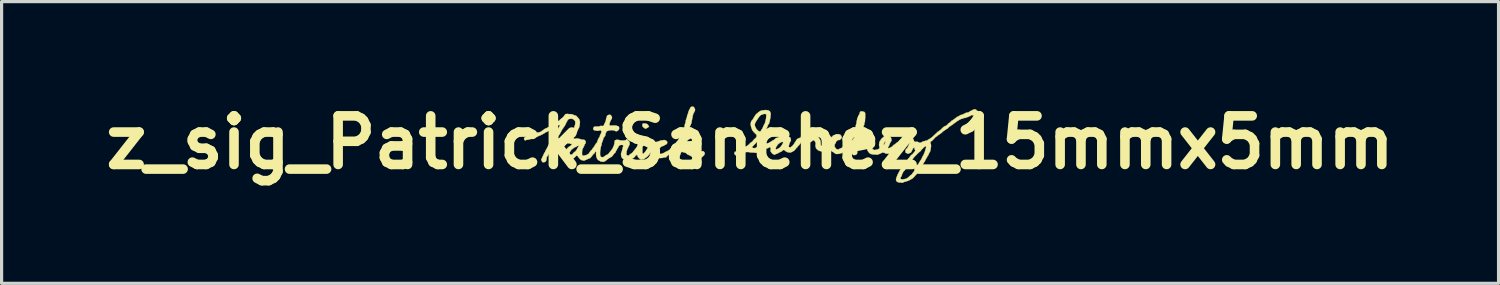
<source format=kicad_pcb>
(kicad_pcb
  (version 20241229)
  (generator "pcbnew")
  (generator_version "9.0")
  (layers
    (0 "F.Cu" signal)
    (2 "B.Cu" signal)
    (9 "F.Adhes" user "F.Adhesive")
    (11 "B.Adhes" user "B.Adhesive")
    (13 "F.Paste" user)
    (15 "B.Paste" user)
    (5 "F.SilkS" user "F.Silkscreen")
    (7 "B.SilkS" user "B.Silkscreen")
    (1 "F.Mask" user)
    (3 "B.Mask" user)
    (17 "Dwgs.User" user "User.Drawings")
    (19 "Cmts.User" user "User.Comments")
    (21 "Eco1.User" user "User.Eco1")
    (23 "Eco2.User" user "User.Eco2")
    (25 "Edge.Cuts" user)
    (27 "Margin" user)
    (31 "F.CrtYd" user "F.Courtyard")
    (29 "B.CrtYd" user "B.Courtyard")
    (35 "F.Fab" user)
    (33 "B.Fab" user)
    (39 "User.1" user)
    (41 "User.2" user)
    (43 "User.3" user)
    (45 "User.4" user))
  (footprint "z_sig_Patrick_Sanchez_15mmx5mm"
    (layer "F.Cu")
    (at 20.472 1.418)
    (property "Reference" "z_sig_Patrick_Sanchez_15mmx5mm" (at 0 0 0) (layer "F.SilkS") (effects (font (size 1.524 1.524) (thickness 0.3))))
    (attr through_hole)
    (fp_poly (pts (xy -3.31 -0.596) (xy -3.274 -0.593) (xy -3.246 -0.586) (xy -3.224 -0.574) (xy -3.205 -0.556) (xy -3.193 -0.54) (xy -3.184 -0.524) (xy -3.178 -0.51) (xy -3.177 -0.502) (xy -3.176 -0.496) (xy -3.172 -0.496) (xy -3.166 -0.496) (xy -3.165 -0.493) (xy -3.169 -0.489) (xy -3.177 -0.488) (xy -3.19 -0.484) (xy -3.195 -0.478) (xy -3.203 -0.47) (xy -3.216 -0.461) (xy -3.225 -0.457) (xy -3.24 -0.449) (xy -3.252 -0.443) (xy -3.255 -0.44) (xy -3.27 -0.435) (xy -3.289 -0.436) (xy -3.298 -0.44) (xy -3.311 -0.45) (xy -3.324 -0.46) (xy -3.337 -0.472) (xy -3.348 -0.48) (xy -3.353 -0.483) (xy -3.358 -0.487) (xy -3.365 -0.496) (xy -3.367 -0.501) (xy -3.374 -0.514) (xy -3.376 -0.528) (xy -3.376 -0.549) (xy -3.376 -0.551) (xy -3.375 -0.571) (xy -3.371 -0.583) (xy -3.364 -0.591) (xy -3.351 -0.595) (xy -3.331 -0.596) (xy -3.31 -0.596)) (stroke (width 0.01) (type solid)) (fill yes) (layer "F.SilkS"))
    (fp_poly (pts (xy -1.784 -1.121) (xy -1.773 -1.118) (xy -1.765 -1.111) (xy -1.76 -1.106) (xy -1.752 -1.095) (xy -1.749 -1.085) (xy -1.75 -1.084) (xy -1.749 -1.078) (xy -1.747 -1.077) (xy -1.742 -1.073) (xy -1.736 -1.062) (xy -1.732 -1.054) (xy -1.726 -1.039) (xy -1.724 -1.027) (xy -1.726 -1.013) (xy -1.728 -1.004) (xy -1.733 -0.99) (xy -1.741 -0.971) (xy -1.751 -0.952) (xy -1.761 -0.934) (xy -1.77 -0.919) (xy -1.777 -0.911) (xy -1.779 -0.91) (xy -1.782 -0.904) (xy -1.783 -0.893) (xy -1.783 -0.89) (xy -1.785 -0.874) (xy -1.79 -0.861) (xy -1.79 -0.86) (xy -1.796 -0.848) (xy -1.798 -0.84) (xy -1.799 -0.824) (xy -1.801 -0.806) (xy -1.804 -0.789) (xy -1.807 -0.777) (xy -1.809 -0.772) (xy -1.812 -0.765) (xy -1.815 -0.752) (xy -1.816 -0.74) (xy -1.818 -0.723) (xy -1.821 -0.708) (xy -1.823 -0.702) (xy -1.827 -0.69) (xy -1.828 -0.681) (xy -1.83 -0.659) (xy -1.834 -0.632) (xy -1.841 -0.607) (xy -1.848 -0.587) (xy -1.849 -0.586) (xy -1.855 -0.571) (xy -1.859 -0.56) (xy -1.859 -0.557) (xy -1.863 -0.548) (xy -1.867 -0.543) (xy -1.873 -0.534) (xy -1.873 -0.528) (xy -1.873 -0.521) (xy -1.876 -0.52) (xy -1.881 -0.516) (xy -1.884 -0.507) (xy -1.89 -0.492) (xy -1.896 -0.483) (xy -1.903 -0.47) (xy -1.905 -0.456) (xy -1.907 -0.443) (xy -1.911 -0.425) (xy -1.917 -0.405) (xy -1.924 -0.387) (xy -1.93 -0.374) (xy -1.931 -0.372) (xy -1.934 -0.363) (xy -1.933 -0.356) (xy -1.932 -0.347) (xy -1.935 -0.345) (xy -1.94 -0.341) (xy -1.941 -0.336) (xy -1.944 -0.325) (xy -1.948 -0.32) (xy -1.955 -0.31) (xy -1.956 -0.304) (xy -1.958 -0.296) (xy -1.961 -0.295) (xy -1.964 -0.293) (xy -1.964 -0.285) (xy -1.962 -0.271) (xy -1.958 -0.253) (xy -1.954 -0.242) (xy -1.949 -0.239) (xy -1.944 -0.246) (xy -1.937 -0.251) (xy -1.933 -0.251) (xy -1.924 -0.251) (xy -1.91 -0.253) (xy -1.899 -0.256) (xy -1.882 -0.26) (xy -1.861 -0.263) (xy -1.84 -0.265) (xy -1.82 -0.266) (xy -1.804 -0.265) (xy -1.795 -0.263) (xy -1.793 -0.261) (xy -1.789 -0.256) (xy -1.779 -0.252) (xy -1.769 -0.25) (xy -1.763 -0.251) (xy -1.758 -0.25) (xy -1.756 -0.246) (xy -1.749 -0.241) (xy -1.735 -0.239) (xy -1.719 -0.236) (xy -1.702 -0.229) (xy -1.686 -0.22) (xy -1.675 -0.21) (xy -1.671 -0.201) (xy -1.668 -0.194) (xy -1.661 -0.183) (xy -1.657 -0.178) (xy -1.643 -0.155) (xy -1.639 -0.138) (xy -1.635 -0.12) (xy -1.63 -0.104) (xy -1.628 -0.1) (xy -1.623 -0.087) (xy -1.621 -0.076) (xy -1.618 -0.066) (xy -1.615 -0.064) (xy -1.611 -0.056) (xy -1.61 -0.051) (xy -1.608 -0.042) (xy -1.605 -0.041) (xy -1.603 -0.036) (xy -1.602 -0.022) (xy -1.602 -0.000153) (xy -1.603 0.009) (xy -1.605 0.043) (xy -1.607 0.069) (xy -1.61 0.088) (xy -1.614 0.102) (xy -1.618 0.11) (xy -1.624 0.122) (xy -1.626 0.13) (xy -1.628 0.135) (xy -1.631 0.135) (xy -1.635 0.135) (xy -1.636 0.137) (xy -1.639 0.144) (xy -1.648 0.155) (xy -1.661 0.168) (xy -1.661 0.169) (xy -1.674 0.181) (xy -1.683 0.191) (xy -1.687 0.195) (xy -1.687 0.196) (xy -1.69 0.2) (xy -1.699 0.209) (xy -1.711 0.223) (xy -1.718 0.229) (xy -1.734 0.246) (xy -1.748 0.256) (xy -1.756 0.26) (xy -1.757 0.26) (xy -1.762 0.26) (xy -1.76 0.264) (xy -1.756 0.269) (xy -1.75 0.279) (xy -1.749 0.287) (xy -1.748 0.295) (xy -1.745 0.298) (xy -1.737 0.305) (xy -1.732 0.313) (xy -1.724 0.323) (xy -1.716 0.325) (xy -1.704 0.329) (xy -1.692 0.337) (xy -1.692 0.338) (xy -1.683 0.346) (xy -1.677 0.348) (xy -1.677 0.348) (xy -1.67 0.347) (xy -1.656 0.346) (xy -1.638 0.345) (xy -1.637 0.345) (xy -1.617 0.343) (xy -1.604 0.341) (xy -1.6 0.338) (xy -1.597 0.332) (xy -1.588 0.321) (xy -1.576 0.309) (xy -1.559 0.296) (xy -1.541 0.285) (xy -1.522 0.278) (xy -1.507 0.275) (xy -1.499 0.276) (xy -1.492 0.276) (xy -1.486 0.272) (xy -1.482 0.268) (xy -1.477 0.267) (xy -1.47 0.271) (xy -1.459 0.281) (xy -1.443 0.296) (xy -1.44 0.299) (xy -1.429 0.311) (xy -1.424 0.322) (xy -1.422 0.337) (xy -1.422 0.344) (xy -1.423 0.359) (xy -1.425 0.369) (xy -1.427 0.371) (xy -1.431 0.375) (xy -1.435 0.383) (xy -1.44 0.395) (xy -1.45 0.407) (xy -1.451 0.407) (xy -1.463 0.419) (xy -1.477 0.433) (xy -1.48 0.436) (xy -1.492 0.448) (xy -1.505 0.457) (xy -1.523 0.467) (xy -1.538 0.474) (xy -1.549 0.48) (xy -1.554 0.486) (xy -1.555 0.486) (xy -1.559 0.489) (xy -1.571 0.491) (xy -1.578 0.492) (xy -1.593 0.493) (xy -1.605 0.495) (xy -1.607 0.496) (xy -1.616 0.499) (xy -1.631 0.501) (xy -1.647 0.501) (xy -1.659 0.499) (xy -1.664 0.498) (xy -1.672 0.496) (xy -1.676 0.498) (xy -1.685 0.498) (xy -1.691 0.495) (xy -1.699 0.49) (xy -1.703 0.492) (xy -1.71 0.494) (xy -1.72 0.493) (xy -1.727 0.49) (xy -1.727 0.488) (xy -1.732 0.485) (xy -1.743 0.484) (xy -1.746 0.484) (xy -1.759 0.482) (xy -1.766 0.478) (xy -1.767 0.478) (xy -1.773 0.473) (xy -1.778 0.472) (xy -1.788 0.469) (xy -1.795 0.463) (xy -1.804 0.456) (xy -1.811 0.455) (xy -1.818 0.453) (xy -1.827 0.445) (xy -1.828 0.444) (xy -1.836 0.436) (xy -1.843 0.434) (xy -1.844 0.434) (xy -1.85 0.433) (xy -1.853 0.431) (xy -1.86 0.424) (xy -1.872 0.417) (xy -1.872 0.417) (xy -1.885 0.409) (xy -1.894 0.402) (xy -1.904 0.398) (xy -1.909 0.399) (xy -1.918 0.397) (xy -1.923 0.393) (xy -1.932 0.386) (xy -1.944 0.382) (xy -1.958 0.377) (xy -1.97 0.369) (xy -1.981 0.358) (xy -1.994 0.345) (xy -1.995 0.344) (xy -2.011 0.333) (xy -2.032 0.323) (xy -2.056 0.314) (xy -2.079 0.31) (xy -2.085 0.31) (xy -2.098 0.309) (xy -2.105 0.305) (xy -2.106 0.305) (xy -2.113 0.3) (xy -2.118 0.3) (xy -2.127 0.297) (xy -2.13 0.294) (xy -2.135 0.291) (xy -2.144 0.292) (xy -2.151 0.297) (xy -2.154 0.302) (xy -2.158 0.31) (xy -2.161 0.311) (xy -2.166 0.318) (xy -2.17 0.33) (xy -2.171 0.335) (xy -2.174 0.351) (xy -2.18 0.363) (xy -2.181 0.365) (xy -2.188 0.374) (xy -2.189 0.38) (xy -2.191 0.388) (xy -2.196 0.4) (xy -2.2 0.415) (xy -2.203 0.432) (xy -2.203 0.434) (xy -2.205 0.463) (xy -2.208 0.483) (xy -2.211 0.497) (xy -2.216 0.506) (xy -2.217 0.508) (xy -2.23 0.52) (xy -2.246 0.531) (xy -2.262 0.54) (xy -2.274 0.545) (xy -2.275 0.545) (xy -2.284 0.548) (xy -2.286 0.552) (xy -2.288 0.557) (xy -2.294 0.555) (xy -2.297 0.553) (xy -2.307 0.548) (xy -2.312 0.547) (xy -2.318 0.545) (xy -2.3 0.545) (xy -2.299 0.548) (xy -2.296 0.549) (xy -2.292 0.547) (xy -2.293 0.545) (xy -2.299 0.545) (xy -2.3 0.545) (xy -2.318 0.545) (xy -2.319 0.545) (xy -2.328 0.536) (xy -2.338 0.525) (xy -2.346 0.513) (xy -2.35 0.505) (xy -2.354 0.494) (xy -2.358 0.49) (xy -2.361 0.483) (xy -2.362 0.471) (xy -2.361 0.457) (xy -2.359 0.447) (xy -2.357 0.444) (xy -2.354 0.438) (xy -2.353 0.428) (xy -2.352 0.415) (xy -2.35 0.408) (xy -2.346 0.397) (xy -2.345 0.392) (xy -2.342 0.382) (xy -2.339 0.367) (xy -2.337 0.361) (xy -2.334 0.343) (xy -2.332 0.326) (xy -2.332 0.322) (xy -2.33 0.31) (xy -2.327 0.304) (xy -2.327 0.304) (xy -2.323 0.298) (xy -2.319 0.286) (xy -2.318 0.282) (xy -2.314 0.265) (xy -2.307 0.25) (xy -2.306 0.248) (xy -2.297 0.232) (xy -2.298 0.221) (xy -2.306 0.214) (xy -2.316 0.209) (xy -2.321 0.21) (xy -2.322 0.216) (xy -2.324 0.223) (xy -2.325 0.224) (xy -2.331 0.227) (xy -2.341 0.235) (xy -2.344 0.237) (xy -2.353 0.246) (xy -2.354 0.252) (xy -2.352 0.254) (xy -2.349 0.259) (xy -2.351 0.261) (xy -2.36 0.262) (xy -2.362 0.262) (xy -2.367 0.262) (xy -2.367 0.264) (xy -2.371 0.269) (xy -2.374 0.269) (xy -2.382 0.273) (xy -2.384 0.277) (xy -2.391 0.284) (xy -2.394 0.284) (xy -2.401 0.289) (xy -2.404 0.295) (xy -2.411 0.303) (xy -2.418 0.305) (xy -2.426 0.307) (xy -2.428 0.31) (xy -2.432 0.317) (xy -2.442 0.328) (xy -2.454 0.339) (xy -2.468 0.35) (xy -2.48 0.357) (xy -2.484 0.359) (xy -2.498 0.364) (xy -2.509 0.369) (xy -2.522 0.374) (xy -2.531 0.376) (xy -2.54 0.379) (xy -2.552 0.388) (xy -2.556 0.391) (xy -2.567 0.401) (xy -2.577 0.406) (xy -2.579 0.406) (xy -2.586 0.411) (xy -2.591 0.419) (xy -2.598 0.429) (xy -2.606 0.432) (xy -2.614 0.436) (xy -2.619 0.447) (xy -2.623 0.458) (xy -2.629 0.46) (xy -2.631 0.46) (xy -2.641 0.461) (xy -2.644 0.465) (xy -2.648 0.471) (xy -2.654 0.468) (xy -2.66 0.464) (xy -2.662 0.464) (xy -2.668 0.466) (xy -2.681 0.468) (xy -2.687 0.469) (xy -2.71 0.472) (xy -2.729 0.478) (xy -2.738 0.482) (xy -2.748 0.484) (xy -2.763 0.486) (xy -2.766 0.486) (xy -2.798 0.488) (xy -2.821 0.489) (xy -2.837 0.49) (xy -2.847 0.489) (xy -2.853 0.487) (xy -2.854 0.486) (xy -2.863 0.482) (xy -2.877 0.48) (xy -2.894 0.478) (xy -2.907 0.474) (xy -2.914 0.47) (xy -2.913 0.467) (xy -2.916 0.465) (xy -2.927 0.464) (xy -2.936 0.464) (xy -2.955 0.464) (xy -2.966 0.46) (xy -2.967 0.459) (xy -2.976 0.453) (xy -2.979 0.452) (xy -2.987 0.448) (xy -2.993 0.441) (xy -3.001 0.431) (xy -3.013 0.417) (xy -3.022 0.407) (xy -3.038 0.389) (xy -3.049 0.372) (xy -3.054 0.358) (xy -3.054 0.354) (xy -3.056 0.346) (xy -3.058 0.343) (xy -3.061 0.334) (xy -3.061 0.32) (xy -3.061 0.316) (xy -3.061 0.302) (xy -3.064 0.294) (xy -3.073 0.288) (xy -3.076 0.287) (xy -3.087 0.282) (xy -3.094 0.282) (xy -3.102 0.288) (xy -3.108 0.295) (xy -3.122 0.312) (xy -3.13 0.324) (xy -3.133 0.331) (xy -3.132 0.335) (xy -3.132 0.34) (xy -3.134 0.34) (xy -3.139 0.344) (xy -3.146 0.355) (xy -3.15 0.361) (xy -3.159 0.375) (xy -3.169 0.387) (xy -3.172 0.389) (xy -3.183 0.398) (xy -3.188 0.407) (xy -3.192 0.414) (xy -3.196 0.414) (xy -3.201 0.415) (xy -3.204 0.421) (xy -3.208 0.43) (xy -3.211 0.432) (xy -3.216 0.435) (xy -3.226 0.444) (xy -3.239 0.456) (xy -3.24 0.456) (xy -3.253 0.468) (xy -3.264 0.476) (xy -3.27 0.479) (xy -3.27 0.479) (xy -3.276 0.481) (xy -3.287 0.489) (xy -3.3 0.501) (xy -3.302 0.503) (xy -3.322 0.521) (xy -3.339 0.53) (xy -3.354 0.532) (xy -3.369 0.527) (xy -3.378 0.522) (xy -3.381 0.523) (xy -3.38 0.526) (xy -3.381 0.531) (xy -3.39 0.533) (xy -3.393 0.533) (xy -3.405 0.535) (xy -3.411 0.539) (xy -3.417 0.54) (xy -3.428 0.533) (xy -3.438 0.526) (xy -3.446 0.523) (xy -3.446 0.523) (xy -3.453 0.52) (xy -3.462 0.512) (xy -3.469 0.503) (xy -3.471 0.497) (xy -3.474 0.493) (xy -3.477 0.493) (xy -3.485 0.489) (xy -3.492 0.479) (xy -3.492 0.479) (xy -3.497 0.471) (xy -3.5 0.469) (xy -3.5 0.47) (xy -3.502 0.471) (xy -3.508 0.466) (xy -3.515 0.457) (xy -3.521 0.447) (xy -3.523 0.442) (xy -3.526 0.427) (xy -3.526 0.418) (xy -3.529 0.405) (xy -3.537 0.396) (xy -3.548 0.388) (xy -3.554 0.387) (xy -3.556 0.394) (xy -3.559 0.4) (xy -3.561 0.401) (xy -3.566 0.397) (xy -3.566 0.396) (xy -3.569 0.396) (xy -3.577 0.403) (xy -3.59 0.417) (xy -3.606 0.435) (xy -3.624 0.458) (xy -3.626 0.46) (xy -3.645 0.48) (xy -3.669 0.496) (xy -3.68 0.502) (xy -3.698 0.511) (xy -3.713 0.52) (xy -3.722 0.526) (xy -3.722 0.526) (xy -3.732 0.533) (xy -3.737 0.534) (xy -3.75 0.536) (xy -3.755 0.538) (xy -3.755 0.543) (xy -3.759 0.547) (xy -3.766 0.549) (xy -3.785 0.551) (xy -3.806 0.556) (xy -3.816 0.559) (xy -3.829 0.563) (xy -3.837 0.561) (xy -3.843 0.557) (xy -3.853 0.549) (xy -3.861 0.55) (xy -3.862 0.552) (xy -3.874 0.557) (xy -3.893 0.556) (xy -3.915 0.549) (xy -3.94 0.537) (xy -3.956 0.527) (xy -3.969 0.519) (xy -3.978 0.514) (xy -3.981 0.513) (xy -3.987 0.51) (xy -3.997 0.502) (xy -4.008 0.493) (xy -4.016 0.484) (xy -4.018 0.48) (xy -4.021 0.474) (xy -4.028 0.464) (xy -4.029 0.462) (xy -4.038 0.441) (xy -4.041 0.42) (xy -4.042 0.403) (xy -4.044 0.391) (xy -4.046 0.387) (xy -4.048 0.376) (xy -4.047 0.359) (xy -4.043 0.338) (xy -4.037 0.316) (xy -4.029 0.295) (xy -4.025 0.287) (xy -4.021 0.277) (xy -4.017 0.26) (xy -4.014 0.246) (xy -4.009 0.228) (xy -4.005 0.213) (xy -4.002 0.205) (xy -3.999 0.193) (xy -3.997 0.178) (xy -3.997 0.178) (xy -3.996 0.165) (xy -3.994 0.158) (xy -3.993 0.157) (xy -3.99 0.152) (xy -3.985 0.139) (xy -3.982 0.13) (xy -3.977 0.114) (xy -3.975 0.105) (xy -3.978 0.098) (xy -3.982 0.091) (xy -3.992 0.082) (xy -4.001 0.079) (xy -4.012 0.077) (xy -4.016 0.075) (xy -4.025 0.074) (xy -4.041 0.076) (xy -4.059 0.08) (xy -4.078 0.085) (xy -4.093 0.092) (xy -4.101 0.097) (xy -4.11 0.106) (xy -4.112 0.112) (xy -4.112 0.112) (xy -4.114 0.117) (xy -4.119 0.121) (xy -4.127 0.13) (xy -4.132 0.141) (xy -4.136 0.155) (xy -4.142 0.164) (xy -4.149 0.173) (xy -4.157 0.187) (xy -4.158 0.188) (xy -4.166 0.204) (xy -4.175 0.221) (xy -4.178 0.226) (xy -4.19 0.245) (xy -4.201 0.265) (xy -4.21 0.282) (xy -4.217 0.296) (xy -4.219 0.302) (xy -4.222 0.311) (xy -4.229 0.322) (xy -4.238 0.331) (xy -4.244 0.335) (xy -4.252 0.339) (xy -4.262 0.348) (xy -4.272 0.359) (xy -4.279 0.37) (xy -4.281 0.377) (xy -4.283 0.385) (xy -4.29 0.391) (xy -4.3 0.399) (xy -4.303 0.405) (xy -4.306 0.412) (xy -4.315 0.423) (xy -4.328 0.435) (xy -4.341 0.447) (xy -4.353 0.456) (xy -4.361 0.46) (xy -4.362 0.46) (xy -4.373 0.459) (xy -4.381 0.464) (xy -4.384 0.469) (xy -4.388 0.475) (xy -4.398 0.482) (xy -4.41 0.486) (xy -4.418 0.488) (xy -4.424 0.492) (xy -4.427 0.496) (xy -4.431 0.501) (xy -4.434 0.501) (xy -4.44 0.502) (xy -4.442 0.505) (xy -4.448 0.512) (xy -4.452 0.513) (xy -4.46 0.517) (xy -4.462 0.521) (xy -4.469 0.527) (xy -4.473 0.528) (xy -4.481 0.532) (xy -4.489 0.541) (xy -4.496 0.55) (xy -4.503 0.554) (xy -4.511 0.557) (xy -4.521 0.565) (xy -4.529 0.573) (xy -4.531 0.578) (xy -4.536 0.583) (xy -4.547 0.586) (xy -4.548 0.587) (xy -4.566 0.591) (xy -4.581 0.598) (xy -4.591 0.604) (xy -4.595 0.61) (xy -4.594 0.61) (xy -4.595 0.613) (xy -4.601 0.61) (xy -4.613 0.607) (xy -4.621 0.608) (xy -4.627 0.609) (xy -4.626 0.605) (xy -4.626 0.601) (xy -4.635 0.6) (xy -4.647 0.6) (xy -4.671 0.599) (xy -4.687 0.597) (xy -4.696 0.592) (xy -4.7 0.588) (xy -4.707 0.58) (xy -4.711 0.579) (xy -4.72 0.576) (xy -4.731 0.569) (xy -4.731 0.569) (xy -4.742 0.562) (xy -4.75 0.559) (xy -4.75 0.559) (xy -4.758 0.555) (xy -4.768 0.546) (xy -4.779 0.533) (xy -4.789 0.521) (xy -4.795 0.511) (xy -4.796 0.509) (xy -4.799 0.499) (xy -4.803 0.493) (xy -4.809 0.483) (xy -4.814 0.468) (xy -4.816 0.461) (xy -4.82 0.44) (xy -4.825 0.419) (xy -4.826 0.415) (xy -4.828 0.399) (xy -4.829 0.377) (xy -4.829 0.353) (xy -4.828 0.345) (xy -4.828 0.323) (xy -4.828 0.305) (xy -4.829 0.293) (xy -4.83 0.291) (xy -4.837 0.287) (xy -4.847 0.288) (xy -4.856 0.293) (xy -4.86 0.3) (xy -4.86 0.302) (xy -4.86 0.309) (xy -4.862 0.31) (xy -4.866 0.314) (xy -4.867 0.318) (xy -4.871 0.324) (xy -4.875 0.325) (xy -4.88 0.328) (xy -4.879 0.335) (xy -4.879 0.343) (xy -4.887 0.348) (xy -4.889 0.348) (xy -4.9 0.354) (xy -4.911 0.366) (xy -4.913 0.368) (xy -4.922 0.378) (xy -4.929 0.383) (xy -4.931 0.382) (xy -4.936 0.384) (xy -4.938 0.393) (xy -4.942 0.406) (xy -4.954 0.422) (xy -4.96 0.427) (xy -4.972 0.442) (xy -4.983 0.455) (xy -4.988 0.462) (xy -4.997 0.474) (xy -5.011 0.486) (xy -5.026 0.495) (xy -5.038 0.498) (xy -5.049 0.5) (xy -5.052 0.502) (xy -5.059 0.506) (xy -5.073 0.512) (xy -5.09 0.52) (xy -5.093 0.521) (xy -5.112 0.529) (xy -5.128 0.536) (xy -5.138 0.541) (xy -5.138 0.542) (xy -5.151 0.547) (xy -5.16 0.549) (xy -5.169 0.55) (xy -5.171 0.553) (xy -5.176 0.559) (xy -5.187 0.564) (xy -5.202 0.568) (xy -5.216 0.568) (xy -5.227 0.566) (xy -5.23 0.564) (xy -5.237 0.561) (xy -5.243 0.561) (xy -5.252 0.561) (xy -5.255 0.559) (xy -5.262 0.555) (xy -5.273 0.555) (xy -5.289 0.551) (xy -5.298 0.545) (xy -5.309 0.537) (xy -5.317 0.533) (xy -5.317 0.533) (xy -5.324 0.53) (xy -5.334 0.523) (xy -5.343 0.513) (xy -5.351 0.504) (xy -5.353 0.497) (xy -5.352 0.496) (xy -5.352 0.494) (xy -5.356 0.493) (xy -5.362 0.491) (xy -5.362 0.488) (xy -5.364 0.483) (xy -5.372 0.474) (xy -5.375 0.472) (xy -5.385 0.462) (xy -5.39 0.453) (xy -5.39 0.452) (xy -5.395 0.439) (xy -5.407 0.427) (xy -5.424 0.418) (xy -5.427 0.417) (xy -5.436 0.414) (xy -5.444 0.414) (xy -5.451 0.418) (xy -5.461 0.428) (xy -5.471 0.438) (xy -5.485 0.452) (xy -5.496 0.465) (xy -5.502 0.473) (xy -5.502 0.474) (xy -5.511 0.481) (xy -5.52 0.483) (xy -5.532 0.486) (xy -5.536 0.493) (xy -5.541 0.5) (xy -5.549 0.5) (xy -5.556 0.499) (xy -5.556 0.504) (xy -5.556 0.505) (xy -5.555 0.512) (xy -5.561 0.512) (xy -5.563 0.512) (xy -5.571 0.511) (xy -5.573 0.514) (xy -5.577 0.517) (xy -5.588 0.516) (xy -5.588 0.516) (xy -5.603 0.515) (xy -5.614 0.522) (xy -5.616 0.523) (xy -5.63 0.532) (xy -5.65 0.535) (xy -5.651 0.535) (xy -5.668 0.533) (xy -5.685 0.53) (xy -5.698 0.525) (xy -5.705 0.519) (xy -5.705 0.518) (xy -5.708 0.514) (xy -5.709 0.514) (xy -5.725 0.512) (xy -5.74 0.502) (xy -5.75 0.494) (xy -5.758 0.49) (xy -5.758 0.49) (xy -5.771 0.486) (xy -5.785 0.471) (xy -5.8 0.448) (xy -5.804 0.442) (xy -5.812 0.424) (xy -5.818 0.41) (xy -5.821 0.401) (xy -5.821 0.4) (xy -5.822 0.391) (xy -5.824 0.379) (xy -5.825 0.367) (xy -5.823 0.353) (xy -5.822 0.347) (xy -5.662 0.347) (xy -5.662 0.365) (xy -5.659 0.376) (xy -5.654 0.382) (xy -5.646 0.384) (xy -5.633 0.385) (xy -5.613 0.382) (xy -5.589 0.378) (xy -5.575 0.372) (xy -5.569 0.365) (xy -5.565 0.357) (xy -5.562 0.356) (xy -5.557 0.351) (xy -5.552 0.343) (xy -5.545 0.334) (xy -5.539 0.33) (xy -5.533 0.326) (xy -5.529 0.32) (xy -5.522 0.31) (xy -5.514 0.305) (xy -5.505 0.3) (xy -5.502 0.295) (xy -5.497 0.29) (xy -5.487 0.285) (xy -5.486 0.284) (xy -5.476 0.279) (xy -5.471 0.274) (xy -5.471 0.273) (xy -5.468 0.267) (xy -5.46 0.257) (xy -5.456 0.252) (xy -5.447 0.242) (xy -5.441 0.234) (xy -5.441 0.232) (xy -5.438 0.225) (xy -5.431 0.215) (xy -5.431 0.215) (xy -5.423 0.203) (xy -5.42 0.192) (xy -5.417 0.183) (xy -5.413 0.18) (xy -5.407 0.173) (xy -5.403 0.165) (xy -5.397 0.151) (xy -5.39 0.142) (xy -5.383 0.133) (xy -5.378 0.12) (xy -5.376 0.108) (xy -5.376 0.099) (xy -5.379 0.097) (xy -5.389 0.099) (xy -5.404 0.105) (xy -5.42 0.113) (xy -5.435 0.122) (xy -5.446 0.129) (xy -5.449 0.133) (xy -5.453 0.139) (xy -5.457 0.139) (xy -5.464 0.14) (xy -5.469 0.142) (xy -5.477 0.146) (xy -5.481 0.145) (xy -5.489 0.145) (xy -5.497 0.15) (xy -5.504 0.155) (xy -5.507 0.154) (xy -5.51 0.155) (xy -5.517 0.162) (xy -5.52 0.165) (xy -5.529 0.175) (xy -5.535 0.181) (xy -5.536 0.181) (xy -5.551 0.186) (xy -5.561 0.191) (xy -5.563 0.195) (xy -5.567 0.202) (xy -5.578 0.211) (xy -5.592 0.219) (xy -5.597 0.221) (xy -5.606 0.226) (xy -5.608 0.232) (xy -5.611 0.242) (xy -5.614 0.245) (xy -5.621 0.255) (xy -5.63 0.269) (xy -5.641 0.286) (xy -5.65 0.301) (xy -5.655 0.311) (xy -5.656 0.312) (xy -5.66 0.328) (xy -5.662 0.347) (xy -5.822 0.347) (xy -5.82 0.339) (xy -5.815 0.329) (xy -5.809 0.327) (xy -5.803 0.324) (xy -5.795 0.314) (xy -5.787 0.3) (xy -5.779 0.283) (xy -5.774 0.267) (xy -5.773 0.264) (xy -5.769 0.247) (xy -5.764 0.234) (xy -5.763 0.231) (xy -5.757 0.22) (xy -5.756 0.214) (xy -5.752 0.207) (xy -5.743 0.196) (xy -5.733 0.185) (xy -5.721 0.173) (xy -5.712 0.163) (xy -5.71 0.158) (xy -5.706 0.153) (xy -5.702 0.152) (xy -5.694 0.148) (xy -5.691 0.145) (xy -5.685 0.138) (xy -5.682 0.137) (xy -5.674 0.133) (xy -5.673 0.13) (xy -5.666 0.124) (xy -5.655 0.12) (xy -5.646 0.116) (xy -5.634 0.107) (xy -5.62 0.095) (xy -5.612 0.086) (xy -5.4 0.086) (xy -5.398 0.091) (xy -5.397 0.09) (xy -5.396 0.084) (xy -5.397 0.083) (xy -5.4 0.084) (xy -5.4 0.086) (xy -5.612 0.086) (xy -5.607 0.082) (xy -5.596 0.069) (xy -5.589 0.059) (xy -5.587 0.052) (xy -5.589 0.051) (xy -5.597 0.046) (xy -5.602 0.041) (xy -5.608 0.036) (xy -5.617 0.039) (xy -5.618 0.039) (xy -5.628 0.042) (xy -5.637 0.038) (xy -5.647 0.034) (xy -5.653 0.033) (xy -5.588 0.033) (xy -5.585 0.036) (xy -5.583 0.033) (xy -5.585 0.03) (xy -5.588 0.033) (xy -5.653 0.033) (xy -5.664 0.031) (xy -5.684 0.028) (xy -5.688 0.028) (xy -5.707 0.026) (xy -5.723 0.023) (xy -5.733 0.02) (xy -5.734 0.019) (xy -5.742 0.018) (xy -5.759 0.017) (xy -5.786 0.017) (xy -5.82 0.018) (xy -5.823 0.018) (xy -5.859 0.019) (xy -5.886 0.021) (xy -5.906 0.022) (xy -5.92 0.023) (xy -5.928 0.024) (xy -5.933 0.025) (xy -5.936 0.026) (xy -5.937 0.027) (xy -5.944 0.03) (xy -5.95 0.03) (xy -5.957 0.033) (xy -5.959 0.036) (xy -5.963 0.04) (xy -5.966 0.041) (xy -5.975 0.045) (xy -5.978 0.048) (xy -5.982 0.052) (xy -5.989 0.051) (xy -5.999 0.047) (xy -6.012 0.041) (xy -6.022 0.038) (xy -6.023 0.038) (xy -6.03 0.034) (xy -6.041 0.025) (xy -6.052 0.013) (xy -6.061 0.001) (xy -6.065 -0.007) (xy -6.066 -0.008) (xy -6.068 -0.014) (xy -6.071 -0.015) (xy -6.075 -0.018) (xy -6.075 -0.019) (xy -6.076 -0.028) (xy -6.082 -0.037) (xy -6.088 -0.041) (xy -6.094 -0.036) (xy -6.1 -0.027) (xy -6.108 -0.009) (xy -6.12 0.011) (xy -6.131 0.027) (xy -6.137 0.036) (xy -6.145 0.046) (xy -6.153 0.061) (xy -6.154 0.064) (xy -6.162 0.081) (xy -6.169 0.096) (xy -6.17 0.098) (xy -6.175 0.11) (xy -6.177 0.119) (xy -6.18 0.125) (xy -6.189 0.137) (xy -6.198 0.147) (xy -6.211 0.164) (xy -6.224 0.184) (xy -6.235 0.203) (xy -6.242 0.218) (xy -6.243 0.227) (xy -6.246 0.235) (xy -6.253 0.248) (xy -6.256 0.253) (xy -6.264 0.265) (xy -6.268 0.274) (xy -6.269 0.276) (xy -6.272 0.283) (xy -6.279 0.293) (xy -6.279 0.293) (xy -6.286 0.305) (xy -6.289 0.316) (xy -6.291 0.324) (xy -6.293 0.325) (xy -6.297 0.329) (xy -6.304 0.341) (xy -6.312 0.358) (xy -6.317 0.367) (xy -6.328 0.389) (xy -6.34 0.41) (xy -6.352 0.426) (xy -6.355 0.429) (xy -6.367 0.445) (xy -6.376 0.462) (xy -6.38 0.484) (xy -6.383 0.512) (xy -6.383 0.517) (xy -6.387 0.546) (xy -6.396 0.572) (xy -6.409 0.593) (xy -6.425 0.608) (xy -6.442 0.614) (xy -6.445 0.615) (xy -6.46 0.616) (xy -6.472 0.62) (xy -6.48 0.623) (xy -6.482 0.619) (xy -6.486 0.616) (xy -6.493 0.616) (xy -6.504 0.618) (xy -6.513 0.613) (xy -6.522 0.602) (xy -6.531 0.585) (xy -6.542 0.56) (xy -6.549 0.541) (xy -6.55 0.531) (xy -6.547 0.528) (xy -6.543 0.524) (xy -6.536 0.513) (xy -6.53 0.499) (xy -6.521 0.479) (xy -6.512 0.46) (xy -6.508 0.45) (xy -6.501 0.435) (xy -6.492 0.415) (xy -6.482 0.394) (xy -6.479 0.389) (xy -6.468 0.363) (xy -6.459 0.345) (xy -6.453 0.333) (xy -6.449 0.326) (xy -6.445 0.32) (xy -6.441 0.315) (xy -6.439 0.313) (xy -6.43 0.3) (xy -6.424 0.285) (xy -6.42 0.27) (xy -6.414 0.26) (xy -6.414 0.259) (xy -6.408 0.249) (xy -6.402 0.235) (xy -6.402 0.234) (xy -6.397 0.22) (xy -6.389 0.216) (xy -6.388 0.216) (xy -6.38 0.213) (xy -6.378 0.203) (xy -6.375 0.191) (xy -6.369 0.176) (xy -6.367 0.172) (xy -6.359 0.16) (xy -6.355 0.15) (xy -6.355 0.149) (xy -6.351 0.142) (xy -6.347 0.14) (xy -6.341 0.134) (xy -6.341 0.13) (xy -6.341 0.121) (xy -6.338 0.118) (xy -6.333 0.108) (xy -6.331 0.101) (xy -6.326 0.088) (xy -6.32 0.079) (xy -6.313 0.069) (xy -6.303 0.054) (xy -6.294 0.041) (xy -6.284 0.025) (xy -6.275 0.013) (xy -6.27 0.008) (xy -6.263 -0.001) (xy -6.253 -0.016) (xy -6.243 -0.035) (xy -6.236 -0.05) (xy -6.23 -0.06) (xy -6.225 -0.066) (xy -6.224 -0.066) (xy -6.22 -0.07) (xy -6.213 -0.081) (xy -6.205 -0.097) (xy -6.205 -0.098) (xy -6.197 -0.115) (xy -6.189 -0.128) (xy -6.183 -0.135) (xy -6.179 -0.143) (xy -6.179 -0.147) (xy -6.179 -0.153) (xy -6.175 -0.156) (xy -6.17 -0.16) (xy -6.02 -0.16) (xy -6.019 -0.144) (xy -6.015 -0.136) (xy -6.011 -0.133) (xy -6 -0.127) (xy -5.992 -0.121) (xy -5.982 -0.115) (xy -5.977 -0.117) (xy -5.968 -0.119) (xy -5.953 -0.117) (xy -5.952 -0.117) (xy -5.934 -0.116) (xy -5.911 -0.117) (xy -5.887 -0.121) (xy -5.865 -0.127) (xy -5.853 -0.132) (xy -5.843 -0.135) (xy -5.838 -0.135) (xy -5.833 -0.136) (xy -5.825 -0.142) (xy -5.813 -0.148) (xy -5.794 -0.153) (xy -5.779 -0.154) (xy -5.76 -0.157) (xy -5.746 -0.159) (xy -5.739 -0.162) (xy -5.738 -0.162) (xy -5.729 -0.167) (xy -5.725 -0.168) (xy -5.714 -0.171) (xy -5.71 -0.175) (xy -5.702 -0.18) (xy -5.697 -0.179) (xy -5.691 -0.18) (xy -5.69 -0.182) (xy -5.685 -0.187) (xy -5.682 -0.188) (xy -5.674 -0.192) (xy -5.671 -0.197) (xy -5.665 -0.205) (xy -5.654 -0.215) (xy -5.649 -0.219) (xy -5.637 -0.227) (xy -5.63 -0.233) (xy -5.629 -0.235) (xy -5.625 -0.241) (xy -5.617 -0.25) (xy -5.616 -0.251) (xy -5.606 -0.263) (xy -5.601 -0.275) (xy -5.601 -0.275) (xy -5.596 -0.288) (xy -5.588 -0.301) (xy -5.581 -0.311) (xy -5.578 -0.319) (xy -5.578 -0.319) (xy -5.574 -0.326) (xy -5.57 -0.33) (xy -5.565 -0.339) (xy -5.565 -0.344) (xy -5.564 -0.352) (xy -5.562 -0.354) (xy -5.557 -0.36) (xy -5.551 -0.371) (xy -5.544 -0.384) (xy -5.54 -0.395) (xy -5.54 -0.396) (xy -5.537 -0.402) (xy -5.533 -0.41) (xy -5.529 -0.421) (xy -5.53 -0.427) (xy -5.529 -0.431) (xy -5.527 -0.432) (xy -5.524 -0.436) (xy -5.522 -0.447) (xy -5.522 -0.45) (xy -5.521 -0.461) (xy -5.518 -0.467) (xy -5.517 -0.467) (xy -5.513 -0.472) (xy -5.51 -0.483) (xy -5.509 -0.488) (xy -5.506 -0.5) (xy -5.502 -0.507) (xy -5.501 -0.508) (xy -5.498 -0.513) (xy -5.497 -0.524) (xy -5.497 -0.528) (xy -5.495 -0.541) (xy -5.492 -0.549) (xy -5.491 -0.55) (xy -5.487 -0.556) (xy -5.484 -0.57) (xy -5.481 -0.589) (xy -5.481 -0.61) (xy -5.481 -0.632) (xy -5.483 -0.651) (xy -5.487 -0.666) (xy -5.488 -0.669) (xy -5.501 -0.688) (xy -5.517 -0.706) (xy -5.536 -0.722) (xy -5.555 -0.733) (xy -5.571 -0.74) (xy -5.582 -0.739) (xy -5.594 -0.74) (xy -5.6 -0.744) (xy -5.609 -0.749) (xy -5.62 -0.751) (xy -5.632 -0.751) (xy -5.638 -0.748) (xy -5.639 -0.747) (xy -5.643 -0.743) (xy -5.651 -0.742) (xy -5.662 -0.74) (xy -5.667 -0.736) (xy -5.674 -0.733) (xy -5.679 -0.734) (xy -5.688 -0.732) (xy -5.699 -0.723) (xy -5.712 -0.711) (xy -5.723 -0.696) (xy -5.731 -0.681) (xy -5.733 -0.675) (xy -5.739 -0.66) (xy -5.748 -0.646) (xy -5.75 -0.644) (xy -5.758 -0.633) (xy -5.762 -0.626) (xy -5.762 -0.624) (xy -5.764 -0.618) (xy -5.769 -0.606) (xy -5.773 -0.597) (xy -5.781 -0.583) (xy -5.785 -0.571) (xy -5.786 -0.567) (xy -5.788 -0.56) (xy -5.79 -0.559) (xy -5.795 -0.555) (xy -5.801 -0.544) (xy -5.807 -0.532) (xy -5.811 -0.521) (xy -5.812 -0.516) (xy -5.816 -0.509) (xy -5.824 -0.503) (xy -5.833 -0.497) (xy -5.837 -0.492) (xy -5.84 -0.485) (xy -5.846 -0.473) (xy -5.855 -0.458) (xy -5.865 -0.443) (xy -5.874 -0.431) (xy -5.881 -0.423) (xy -5.883 -0.422) (xy -5.887 -0.417) (xy -5.892 -0.408) (xy -5.899 -0.392) (xy -5.907 -0.379) (xy -5.914 -0.371) (xy -5.917 -0.365) (xy -5.92 -0.354) (xy -5.926 -0.34) (xy -5.932 -0.331) (xy -5.945 -0.312) (xy -5.955 -0.289) (xy -5.956 -0.284) (xy -5.961 -0.271) (xy -5.969 -0.261) (xy -5.979 -0.248) (xy -5.989 -0.232) (xy -5.999 -0.215) (xy -6.007 -0.201) (xy -6.01 -0.191) (xy -6.01 -0.191) (xy -6.012 -0.184) (xy -6.015 -0.183) (xy -6.018 -0.178) (xy -6.02 -0.167) (xy -6.02 -0.16) (xy -6.17 -0.16) (xy -6.168 -0.161) (xy -6.167 -0.165) (xy -6.164 -0.173) (xy -6.156 -0.183) (xy -6.156 -0.184) (xy -6.146 -0.197) (xy -6.136 -0.213) (xy -6.135 -0.216) (xy -6.128 -0.23) (xy -6.122 -0.242) (xy -6.121 -0.244) (xy -6.116 -0.252) (xy -6.109 -0.267) (xy -6.103 -0.281) (xy -6.095 -0.296) (xy -6.089 -0.306) (xy -6.085 -0.31) (xy -6.082 -0.314) (xy -6.081 -0.32) (xy -6.078 -0.329) (xy -6.076 -0.333) (xy -6.071 -0.34) (xy -6.071 -0.343) (xy -6.068 -0.352) (xy -6.062 -0.365) (xy -6.058 -0.371) (xy -6.05 -0.384) (xy -6.046 -0.394) (xy -6.045 -0.397) (xy -6.042 -0.404) (xy -6.033 -0.414) (xy -6.032 -0.415) (xy -6.024 -0.424) (xy -6.022 -0.43) (xy -6.022 -0.431) (xy -6.02 -0.437) (xy -6.014 -0.448) (xy -6.004 -0.461) (xy -5.989 -0.485) (xy -5.977 -0.507) (xy -5.97 -0.527) (xy -5.968 -0.542) (xy -5.972 -0.55) (xy -5.98 -0.551) (xy -5.993 -0.548) (xy -6.011 -0.542) (xy -6.028 -0.534) (xy -6.044 -0.524) (xy -6.046 -0.522) (xy -6.06 -0.512) (xy -6.071 -0.506) (xy -6.075 -0.505) (xy -6.083 -0.505) (xy -6.094 -0.499) (xy -6.096 -0.498) (xy -6.107 -0.491) (xy -6.115 -0.488) (xy -6.116 -0.488) (xy -6.121 -0.485) (xy -6.121 -0.484) (xy -6.126 -0.48) (xy -6.136 -0.473) (xy -6.142 -0.47) (xy -6.154 -0.464) (xy -6.161 -0.458) (xy -6.162 -0.456) (xy -6.166 -0.453) (xy -6.172 -0.452) (xy -6.182 -0.449) (xy -6.195 -0.441) (xy -6.199 -0.438) (xy -6.226 -0.416) (xy -6.249 -0.403) (xy -6.261 -0.398) (xy -6.272 -0.394) (xy -6.277 -0.388) (xy -6.284 -0.382) (xy -6.29 -0.381) (xy -6.298 -0.379) (xy -6.299 -0.376) (xy -6.303 -0.371) (xy -6.314 -0.363) (xy -6.327 -0.356) (xy -6.339 -0.352) (xy -6.346 -0.351) (xy -6.352 -0.349) (xy -6.353 -0.345) (xy -6.354 -0.341) (xy -6.357 -0.34) (xy -6.365 -0.337) (xy -6.366 -0.335) (xy -6.369 -0.331) (xy -6.376 -0.329) (xy -6.39 -0.327) (xy -6.401 -0.326) (xy -6.409 -0.322) (xy -6.421 -0.313) (xy -6.429 -0.305) (xy -6.445 -0.293) (xy -6.462 -0.282) (xy -6.47 -0.279) (xy -6.483 -0.273) (xy -6.493 -0.267) (xy -6.494 -0.265) (xy -6.5 -0.261) (xy -6.503 -0.262) (xy -6.507 -0.261) (xy -6.507 -0.259) (xy -6.512 -0.255) (xy -6.517 -0.254) (xy -6.527 -0.25) (xy -6.53 -0.246) (xy -6.537 -0.24) (xy -6.543 -0.24) (xy -6.552 -0.24) (xy -6.553 -0.236) (xy -6.557 -0.23) (xy -6.561 -0.229) (xy -6.572 -0.226) (xy -6.583 -0.221) (xy -6.596 -0.216) (xy -6.613 -0.209) (xy -6.622 -0.206) (xy -6.639 -0.199) (xy -6.653 -0.191) (xy -6.657 -0.188) (xy -6.669 -0.18) (xy -6.683 -0.174) (xy -6.702 -0.171) (xy -6.715 -0.169) (xy -6.734 -0.166) (xy -6.748 -0.16) (xy -6.759 -0.15) (xy -6.773 -0.139) (xy -6.793 -0.132) (xy -6.819 -0.127) (xy -6.845 -0.125) (xy -6.853 -0.121) (xy -6.855 -0.119) (xy -6.864 -0.113) (xy -6.881 -0.107) (xy -6.903 -0.1) (xy -6.928 -0.094) (xy -6.953 -0.089) (xy -6.976 -0.085) (xy -6.986 -0.085) (xy -6.999 -0.083) (xy -7.008 -0.08) (xy -7.008 -0.08) (xy -7.016 -0.077) (xy -7.021 -0.076) (xy -7.031 -0.073) (xy -7.036 -0.069) (xy -7.041 -0.064) (xy -7.048 -0.065) (xy -7.058 -0.069) (xy -7.073 -0.078) (xy -7.081 -0.088) (xy -7.085 -0.101) (xy -7.086 -0.116) (xy -7.086 -0.133) (xy -7.083 -0.143) (xy -7.076 -0.152) (xy -7.073 -0.155) (xy -7.055 -0.165) (xy -7.033 -0.17) (xy -7.012 -0.174) (xy -6.991 -0.179) (xy -6.985 -0.181) (xy -6.969 -0.185) (xy -6.956 -0.187) (xy -6.952 -0.187) (xy -6.94 -0.189) (xy -6.929 -0.194) (xy -6.913 -0.201) (xy -6.892 -0.206) (xy -6.87 -0.209) (xy -6.864 -0.209) (xy -6.851 -0.212) (xy -6.836 -0.218) (xy -6.836 -0.218) (xy -6.82 -0.225) (xy -6.806 -0.23) (xy -6.796 -0.235) (xy -6.792 -0.241) (xy -6.788 -0.248) (xy -6.783 -0.251) (xy -6.771 -0.256) (xy -6.767 -0.258) (xy -6.745 -0.269) (xy -6.732 -0.274) (xy -6.729 -0.274) (xy -6.722 -0.278) (xy -6.712 -0.286) (xy -6.711 -0.287) (xy -6.702 -0.295) (xy -6.695 -0.297) (xy -6.694 -0.297) (xy -6.687 -0.297) (xy -6.683 -0.299) (xy -6.673 -0.303) (xy -6.667 -0.302) (xy -6.661 -0.3) (xy -6.663 -0.303) (xy -6.665 -0.304) (xy -6.67 -0.309) (xy -6.67 -0.31) (xy -6.665 -0.311) (xy -6.654 -0.313) (xy -6.636 -0.316) (xy -6.619 -0.318) (xy -6.603 -0.322) (xy -6.589 -0.327) (xy -6.586 -0.328) (xy -6.574 -0.334) (xy -6.566 -0.336) (xy -6.557 -0.339) (xy -6.544 -0.348) (xy -6.533 -0.358) (xy -6.518 -0.371) (xy -6.503 -0.381) (xy -6.495 -0.384) (xy -6.479 -0.392) (xy -6.468 -0.404) (xy -6.459 -0.415) (xy -6.452 -0.421) (xy -6.45 -0.422) (xy -6.44 -0.424) (xy -6.429 -0.428) (xy -6.419 -0.434) (xy -6.416 -0.438) (xy -6.412 -0.442) (xy -6.411 -0.442) (xy -6.408 -0.439) (xy -6.409 -0.436) (xy -6.408 -0.434) (xy -6.402 -0.439) (xy -6.399 -0.441) (xy -6.386 -0.448) (xy -6.376 -0.452) (xy -6.375 -0.452) (xy -6.367 -0.454) (xy -6.365 -0.457) (xy -6.361 -0.462) (xy -6.351 -0.468) (xy -6.339 -0.474) (xy -6.328 -0.477) (xy -6.326 -0.478) (xy -6.32 -0.48) (xy -6.32 -0.482) (xy -6.315 -0.487) (xy -6.305 -0.492) (xy -6.303 -0.493) (xy -6.291 -0.499) (xy -6.283 -0.506) (xy -6.282 -0.506) (xy -6.274 -0.512) (xy -6.269 -0.513) (xy -6.261 -0.516) (xy -6.248 -0.525) (xy -6.238 -0.534) (xy -6.214 -0.552) (xy -6.188 -0.563) (xy -6.158 -0.576) (xy -6.137 -0.59) (xy -6.124 -0.601) (xy -6.113 -0.608) (xy -6.109 -0.61) (xy -6.101 -0.614) (xy -6.099 -0.617) (xy -6.092 -0.623) (xy -6.086 -0.625) (xy -6.074 -0.628) (xy -6.062 -0.635) (xy -6.051 -0.642) (xy -6.043 -0.645) (xy -6.043 -0.645) (xy -6.037 -0.649) (xy -6.026 -0.657) (xy -6.015 -0.668) (xy -6.002 -0.679) (xy -5.991 -0.686) (xy -5.986 -0.687) (xy -5.98 -0.688) (xy -5.979 -0.691) (xy -5.976 -0.697) (xy -5.968 -0.706) (xy -5.957 -0.717) (xy -5.946 -0.728) (xy -5.936 -0.735) (xy -5.929 -0.739) (xy -5.928 -0.738) (xy -5.926 -0.739) (xy -5.923 -0.746) (xy -5.917 -0.754) (xy -5.911 -0.756) (xy -5.904 -0.759) (xy -5.902 -0.76) (xy -5.627 -0.76) (xy -5.626 -0.757) (xy -5.624 -0.757) (xy -5.619 -0.759) (xy -5.62 -0.76) (xy -5.626 -0.761) (xy -5.627 -0.76) (xy -5.902 -0.76) (xy -5.894 -0.767) (xy -5.891 -0.771) (xy -5.881 -0.781) (xy -5.873 -0.786) (xy -5.871 -0.786) (xy -5.866 -0.789) (xy -5.866 -0.791) (xy -5.863 -0.796) (xy -5.858 -0.798) (xy -5.849 -0.802) (xy -5.846 -0.812) (xy -5.84 -0.823) (xy -5.83 -0.838) (xy -5.823 -0.846) (xy -5.813 -0.857) (xy -5.806 -0.866) (xy -5.805 -0.87) (xy -5.803 -0.876) (xy -5.797 -0.883) (xy -5.787 -0.89) (xy -5.77 -0.892) (xy -5.76 -0.893) (xy -5.743 -0.893) (xy -5.728 -0.895) (xy -5.723 -0.897) (xy -5.711 -0.897) (xy -5.7 -0.893) (xy -5.687 -0.888) (xy -5.67 -0.888) (xy -5.659 -0.889) (xy -5.639 -0.89) (xy -5.621 -0.889) (xy -5.613 -0.888) (xy -5.598 -0.885) (xy -5.584 -0.884) (xy -5.584 -0.884) (xy -5.571 -0.881) (xy -5.559 -0.874) (xy -5.547 -0.867) (xy -5.537 -0.864) (xy -5.525 -0.861) (xy -5.511 -0.856) (xy -5.499 -0.85) (xy -5.496 -0.846) (xy -5.489 -0.844) (xy -5.479 -0.844) (xy -5.466 -0.844) (xy -5.459 -0.838) (xy -5.453 -0.831) (xy -5.449 -0.831) (xy -5.444 -0.831) (xy -5.437 -0.825) (xy -5.433 -0.818) (xy -5.433 -0.813) (xy -5.432 -0.808) (xy -5.429 -0.808) (xy -5.422 -0.804) (xy -5.409 -0.791) (xy -5.392 -0.771) (xy -5.368 -0.742) (xy -5.361 -0.732) (xy -5.354 -0.72) (xy -5.352 -0.711) (xy -5.352 -0.71) (xy -5.352 -0.701) (xy -5.35 -0.699) (xy -5.345 -0.692) (xy -5.344 -0.683) (xy -5.342 -0.673) (xy -5.339 -0.668) (xy -5.337 -0.664) (xy -5.335 -0.657) (xy -5.335 -0.644) (xy -5.336 -0.624) (xy -5.338 -0.597) (xy -5.34 -0.577) (xy -5.343 -0.554) (xy -5.346 -0.536) (xy -5.348 -0.524) (xy -5.35 -0.52) (xy -5.352 -0.511) (xy -5.352 -0.507) (xy -5.352 -0.498) (xy -5.354 -0.496) (xy -5.358 -0.488) (xy -5.359 -0.478) (xy -5.363 -0.464) (xy -5.37 -0.455) (xy -5.377 -0.445) (xy -5.38 -0.437) (xy -5.383 -0.426) (xy -5.387 -0.422) (xy -5.394 -0.412) (xy -5.395 -0.406) (xy -5.398 -0.395) (xy -5.404 -0.382) (xy -5.407 -0.377) (xy -5.415 -0.361) (xy -5.423 -0.341) (xy -5.428 -0.328) (xy -5.434 -0.31) (xy -5.44 -0.296) (xy -5.444 -0.289) (xy -5.449 -0.278) (xy -5.451 -0.267) (xy -5.454 -0.249) (xy -5.463 -0.227) (xy -5.476 -0.206) (xy -5.49 -0.187) (xy -5.505 -0.175) (xy -5.51 -0.173) (xy -5.519 -0.165) (xy -5.528 -0.153) (xy -5.529 -0.15) (xy -5.536 -0.139) (xy -5.543 -0.132) (xy -5.545 -0.132) (xy -5.55 -0.129) (xy -5.549 -0.124) (xy -5.546 -0.119) (xy -5.541 -0.122) (xy -5.537 -0.125) (xy -5.528 -0.13) (xy -5.523 -0.13) (xy -5.523 -0.125) (xy -5.526 -0.123) (xy -5.532 -0.119) (xy -5.532 -0.117) (xy -5.528 -0.115) (xy -5.516 -0.114) (xy -5.498 -0.116) (xy -5.479 -0.118) (xy -5.459 -0.122) (xy -5.441 -0.126) (xy -5.429 -0.129) (xy -5.421 -0.129) (xy -5.417 -0.125) (xy -5.413 -0.12) (xy -5.408 -0.122) (xy -5.397 -0.125) (xy -5.384 -0.123) (xy -5.372 -0.116) (xy -5.369 -0.114) (xy -5.361 -0.108) (xy -5.351 -0.107) (xy -5.345 -0.11) (xy -5.344 -0.113) (xy -5.343 -0.116) (xy -5.338 -0.113) (xy -5.328 -0.107) (xy -5.323 -0.107) (xy -5.313 -0.104) (xy -5.299 -0.098) (xy -5.296 -0.096) (xy -5.283 -0.091) (xy -5.275 -0.088) (xy -5.273 -0.089) (xy -5.266 -0.089) (xy -5.257 -0.087) (xy -5.243 -0.085) (xy -5.232 -0.087) (xy -5.221 -0.088) (xy -5.215 -0.087) (xy -5.208 -0.084) (xy -5.201 -0.083) (xy -5.189 -0.077) (xy -5.175 -0.065) (xy -5.164 -0.05) (xy -5.157 -0.036) (xy -5.156 -0.031) (xy -5.155 -0.016) (xy -5.153 0) (xy -5.153 0.011) (xy -5.156 0.021) (xy -5.164 0.033) (xy -5.171 0.04) (xy -5.186 0.059) (xy -5.192 0.075) (xy -5.192 0.077) (xy -5.193 0.088) (xy -5.197 0.094) (xy -5.201 0.101) (xy -5.202 0.107) (xy -5.205 0.117) (xy -5.21 0.12) (xy -5.215 0.126) (xy -5.215 0.13) (xy -5.216 0.138) (xy -5.223 0.149) (xy -5.225 0.153) (xy -5.233 0.165) (xy -5.237 0.175) (xy -5.237 0.176) (xy -5.241 0.182) (xy -5.243 0.183) (xy -5.247 0.187) (xy -5.246 0.19) (xy -5.247 0.199) (xy -5.25 0.203) (xy -5.256 0.213) (xy -5.262 0.232) (xy -5.266 0.26) (xy -5.268 0.297) (xy -5.27 0.323) (xy -5.269 0.358) (xy -5.265 0.385) (xy -5.257 0.403) (xy -5.253 0.407) (xy -5.245 0.412) (xy -5.233 0.414) (xy -5.216 0.413) (xy -5.2 0.411) (xy -5.188 0.408) (xy -5.184 0.406) (xy -5.176 0.403) (xy -5.163 0.4) (xy -5.155 0.399) (xy -5.141 0.396) (xy -5.132 0.393) (xy -5.131 0.391) (xy -5.127 0.387) (xy -5.123 0.386) (xy -5.115 0.383) (xy -5.101 0.376) (xy -5.088 0.368) (xy -5.073 0.359) (xy -5.061 0.353) (xy -5.056 0.351) (xy -5.052 0.347) (xy -5.053 0.343) (xy -5.053 0.336) (xy -5.05 0.335) (xy -5.045 0.331) (xy -5.044 0.326) (xy -5.041 0.317) (xy -5.032 0.306) (xy -5.029 0.303) (xy -5.02 0.293) (xy -5.014 0.285) (xy -5.014 0.284) (xy -5.01 0.274) (xy -5 0.262) (xy -4.987 0.25) (xy -4.977 0.244) (xy -4.966 0.237) (xy -4.961 0.231) (xy -4.961 0.23) (xy -4.958 0.221) (xy -4.953 0.215) (xy -4.945 0.203) (xy -4.938 0.192) (xy -4.932 0.182) (xy -4.927 0.178) (xy -4.927 0.178) (xy -4.923 0.174) (xy -4.923 0.17) (xy -4.919 0.162) (xy -4.91 0.154) (xy -4.901 0.146) (xy -4.897 0.139) (xy -4.894 0.133) (xy -4.892 0.132) (xy -4.888 0.128) (xy -4.887 0.124) (xy -4.885 0.118) (xy -4.883 0.117) (xy -4.879 0.113) (xy -4.873 0.102) (xy -4.867 0.091) (xy -4.86 0.076) (xy -4.852 0.066) (xy -4.849 0.063) (xy -4.844 0.057) (xy -4.844 0.054) (xy -4.842 0.047) (xy -4.834 0.037) (xy -4.826 0.029) (xy -4.815 0.019) (xy -4.807 0.01) (xy -4.806 0.007) (xy -4.803 0.000246) (xy -4.796 -0.011) (xy -4.793 -0.016) (xy -4.786 -0.029) (xy -4.785 -0.039) (xy -4.786 -0.042) (xy -4.788 -0.05) (xy -4.783 -0.054) (xy -4.777 -0.061) (xy -4.778 -0.067) (xy -4.778 -0.074) (xy -4.776 -0.076) (xy -4.771 -0.081) (xy -4.768 -0.089) (xy -4.764 -0.098) (xy -4.76 -0.102) (xy -4.756 -0.106) (xy -4.755 -0.117) (xy -4.755 -0.117) (xy -4.752 -0.132) (xy -4.741 -0.147) (xy -4.737 -0.151) (xy -4.722 -0.167) (xy -4.714 -0.18) (xy -4.711 -0.191) (xy -4.712 -0.197) (xy -4.712 -0.207) (xy -4.71 -0.211) (xy -4.705 -0.218) (xy -4.704 -0.223) (xy -4.701 -0.232) (xy -4.695 -0.246) (xy -4.688 -0.257) (xy -4.677 -0.278) (xy -4.669 -0.301) (xy -4.663 -0.325) (xy -4.661 -0.347) (xy -4.663 -0.364) (xy -4.668 -0.372) (xy -4.676 -0.376) (xy -4.69 -0.378) (xy -4.707 -0.378) (xy -4.723 -0.377) (xy -4.735 -0.375) (xy -4.739 -0.373) (xy -4.745 -0.37) (xy -4.76 -0.368) (xy -4.778 -0.367) (xy -4.798 -0.367) (xy -4.816 -0.369) (xy -4.83 -0.371) (xy -4.837 -0.374) (xy -4.845 -0.378) (xy -4.849 -0.378) (xy -4.86 -0.377) (xy -4.865 -0.379) (xy -4.877 -0.382) (xy -4.882 -0.383) (xy -4.891 -0.386) (xy -4.903 -0.394) (xy -4.904 -0.395) (xy -4.915 -0.41) (xy -4.92 -0.429) (xy -4.917 -0.449) (xy -4.909 -0.469) (xy -4.895 -0.486) (xy -4.882 -0.495) (xy -4.872 -0.498) (xy -4.855 -0.5) (xy -4.831 -0.5) (xy -4.807 -0.499) (xy -4.779 -0.499) (xy -4.759 -0.499) (xy -4.745 -0.5) (xy -4.734 -0.503) (xy -4.726 -0.506) (xy -4.711 -0.512) (xy -4.698 -0.514) (xy -4.696 -0.514) (xy -4.685 -0.517) (xy -4.681 -0.522) (xy -4.678 -0.527) (xy -4.674 -0.524) (xy -4.666 -0.52) (xy -4.65 -0.517) (xy -4.635 -0.517) (xy -4.6 -0.516) (xy -4.583 -0.551) (xy -4.573 -0.572) (xy -4.56 -0.598) (xy -4.548 -0.624) (xy -4.543 -0.633) (xy -4.533 -0.657) (xy -4.525 -0.677) (xy -4.521 -0.693) (xy -4.521 -0.696) (xy -4.519 -0.715) (xy -4.515 -0.738) (xy -4.509 -0.759) (xy -4.507 -0.762) (xy -4.504 -0.77) (xy -4.504 -0.772) (xy -4.501 -0.778) (xy -4.496 -0.787) (xy -4.492 -0.8) (xy -4.492 -0.811) (xy -4.493 -0.82) (xy -4.491 -0.823) (xy -4.486 -0.827) (xy -4.48 -0.836) (xy -4.469 -0.848) (xy -4.451 -0.859) (xy -4.429 -0.866) (xy -4.407 -0.87) (xy -4.388 -0.867) (xy -4.372 -0.861) (xy -4.361 -0.851) (xy -4.359 -0.843) (xy -4.355 -0.834) (xy -4.351 -0.831) (xy -4.345 -0.825) (xy -4.337 -0.814) (xy -4.336 -0.811) (xy -4.329 -0.786) (xy -4.332 -0.76) (xy -4.343 -0.735) (xy -4.351 -0.723) (xy -4.361 -0.71) (xy -4.368 -0.699) (xy -4.369 -0.695) (xy -4.371 -0.687) (xy -4.377 -0.673) (xy -4.382 -0.662) (xy -4.39 -0.646) (xy -4.395 -0.631) (xy -4.397 -0.625) (xy -4.4 -0.61) (xy -4.403 -0.602) (xy -4.408 -0.589) (xy -4.411 -0.574) (xy -4.412 -0.56) (xy -4.41 -0.552) (xy -4.409 -0.551) (xy -4.405 -0.544) (xy -4.404 -0.542) (xy -4.407 -0.54) (xy -4.41 -0.544) (xy -4.414 -0.548) (xy -4.414 -0.545) (xy -4.413 -0.544) (xy -4.406 -0.537) (xy -4.39 -0.532) (xy -4.364 -0.53) (xy -4.33 -0.53) (xy -4.315 -0.531) (xy -4.292 -0.532) (xy -4.272 -0.533) (xy -4.258 -0.534) (xy -4.252 -0.534) (xy -4.243 -0.533) (xy -4.228 -0.532) (xy -4.216 -0.532) (xy -4.2 -0.53) (xy -4.188 -0.527) (xy -4.183 -0.525) (xy -4.175 -0.519) (xy -4.16 -0.514) (xy -4.145 -0.511) (xy -4.134 -0.511) (xy -4.133 -0.511) (xy -4.125 -0.509) (xy -4.118 -0.499) (xy -4.111 -0.484) (xy -4.107 -0.465) (xy -4.105 -0.452) (xy -4.105 -0.432) (xy -4.109 -0.418) (xy -4.117 -0.404) (xy -4.117 -0.403) (xy -4.137 -0.379) (xy -4.156 -0.363) (xy -4.176 -0.356) (xy -4.183 -0.356) (xy -4.192 -0.354) (xy -4.194 -0.351) (xy -4.196 -0.349) (xy -4.204 -0.349) (xy -4.213 -0.353) (xy -4.216 -0.356) (xy -4.221 -0.36) (xy -4.231 -0.363) (xy -4.231 -0.363) (xy -4.244 -0.368) (xy -4.252 -0.374) (xy -4.263 -0.379) (xy -4.274 -0.378) (xy -4.293 -0.378) (xy -4.312 -0.384) (xy -4.327 -0.388) (xy -4.339 -0.389) (xy -4.342 -0.389) (xy -4.35 -0.386) (xy -4.362 -0.384) (xy -4.38 -0.382) (xy -4.407 -0.38) (xy -4.415 -0.379) (xy -4.434 -0.376) (xy -4.446 -0.371) (xy -4.45 -0.365) (xy -4.455 -0.362) (xy -4.466 -0.361) (xy -4.469 -0.361) (xy -4.483 -0.359) (xy -4.493 -0.352) (xy -4.499 -0.344) (xy -4.507 -0.33) (xy -4.513 -0.316) (xy -4.514 -0.315) (xy -4.518 -0.304) (xy -4.521 -0.3) (xy -4.524 -0.293) (xy -4.529 -0.28) (xy -4.533 -0.263) (xy -4.538 -0.246) (xy -4.541 -0.23) (xy -4.542 -0.222) (xy -4.545 -0.21) (xy -4.549 -0.203) (xy -4.556 -0.195) (xy -4.557 -0.19) (xy -4.56 -0.184) (xy -4.561 -0.183) (xy -4.567 -0.179) (xy -4.569 -0.174) (xy -4.576 -0.165) (xy -4.583 -0.16) (xy -4.591 -0.154) (xy -4.595 -0.144) (xy -4.599 -0.127) (xy -4.602 -0.111) (xy -4.605 -0.099) (xy -4.608 -0.094) (xy -4.612 -0.086) (xy -4.613 -0.078) (xy -4.616 -0.066) (xy -4.621 -0.061) (xy -4.625 -0.055) (xy -4.622 -0.05) (xy -4.619 -0.045) (xy -4.624 -0.038) (xy -4.626 -0.036) (xy -4.634 -0.029) (xy -4.635 -0.024) (xy -4.635 -0.018) (xy -4.639 -0.007) (xy -4.641 -0.005) (xy -4.647 0.011) (xy -4.651 0.029) (xy -4.651 0.032) (xy -4.654 0.052) (xy -4.659 0.072) (xy -4.659 0.074) (xy -4.663 0.09) (xy -4.667 0.105) (xy -4.667 0.107) (xy -4.672 0.12) (xy -4.676 0.127) (xy -4.682 0.138) (xy -4.683 0.147) (xy -4.684 0.162) (xy -4.686 0.182) (xy -4.689 0.204) (xy -4.693 0.224) (xy -4.697 0.24) (xy -4.698 0.244) (xy -4.7 0.254) (xy -4.701 0.271) (xy -4.702 0.294) (xy -4.703 0.32) (xy -4.703 0.325) (xy -4.703 0.361) (xy -4.702 0.388) (xy -4.698 0.409) (xy -4.692 0.425) (xy -4.682 0.439) (xy -4.675 0.447) (xy -4.657 0.458) (xy -4.634 0.462) (xy -4.608 0.458) (xy -4.585 0.449) (xy -4.57 0.441) (xy -4.56 0.433) (xy -4.557 0.429) (xy -4.553 0.423) (xy -4.542 0.416) (xy -4.539 0.414) (xy -4.528 0.408) (xy -4.522 0.403) (xy -4.521 0.402) (xy -4.517 0.397) (xy -4.506 0.393) (xy -4.493 0.389) (xy -4.493 0.389) (xy -4.485 0.386) (xy -4.472 0.379) (xy -4.459 0.369) (xy -4.446 0.359) (xy -4.437 0.351) (xy -4.435 0.348) (xy -4.431 0.341) (xy -4.423 0.331) (xy -4.422 0.33) (xy -4.414 0.321) (xy -4.409 0.315) (xy -4.409 0.314) (xy -4.407 0.309) (xy -4.399 0.299) (xy -4.385 0.284) (xy -4.369 0.266) (xy -4.361 0.256) (xy -4.359 0.25) (xy -4.355 0.244) (xy -4.351 0.244) (xy -4.345 0.24) (xy -4.343 0.233) (xy -4.339 0.223) (xy -4.333 0.22) (xy -4.325 0.215) (xy -4.325 0.21) (xy -4.324 0.202) (xy -4.321 0.2) (xy -4.315 0.194) (xy -4.308 0.182) (xy -4.301 0.167) (xy -4.297 0.154) (xy -4.297 0.149) (xy -4.295 0.143) (xy -4.293 0.142) (xy -4.288 0.138) (xy -4.288 0.135) (xy -4.284 0.126) (xy -4.28 0.122) (xy -4.275 0.113) (xy -4.269 0.097) (xy -4.266 0.077) (xy -4.265 0.068) (xy -4.261 0.055) (xy -4.255 0.047) (xy -4.25 0.037) (xy -4.252 0.033) (xy -4.255 0.028) (xy -4.255 0.026) (xy -4.253 0.019) (xy -4.251 0.005) (xy -4.25 -0.012) (xy -4.246 -0.04) (xy -4.239 -0.061) (xy -4.228 -0.073) (xy -4.216 -0.075) (xy -4.206 -0.077) (xy -4.197 -0.081) (xy -4.186 -0.083) (xy -4.169 -0.084) (xy -4.148 -0.084) (xy -4.129 -0.081) (xy -4.113 -0.078) (xy -4.106 -0.075) (xy -4.096 -0.072) (xy -4.092 -0.073) (xy -4.085 -0.072) (xy -4.084 -0.07) (xy -4.08 -0.067) (xy -4.067 -0.066) (xy -4.048 -0.064) (xy -4.026 -0.063) (xy -4.003 -0.062) (xy -3.981 -0.062) (xy -3.961 -0.062) (xy -3.947 -0.064) (xy -3.94 -0.065) (xy -3.94 -0.066) (xy -3.933 -0.068) (xy -3.924 -0.067) (xy -3.913 -0.067) (xy -3.907 -0.069) (xy -3.901 -0.075) (xy -3.89 -0.083) (xy -3.89 -0.083) (xy -3.88 -0.091) (xy -3.876 -0.099) (xy -3.876 -0.099) (xy -3.872 -0.105) (xy -3.863 -0.107) (xy -3.853 -0.103) (xy -3.844 -0.096) (xy -3.843 -0.095) (xy -3.837 -0.083) (xy -3.835 -0.075) (xy -3.831 -0.066) (xy -3.826 -0.063) (xy -3.817 -0.057) (xy -3.805 -0.046) (xy -3.794 -0.033) (xy -3.787 -0.02) (xy -3.785 -0.013) (xy -3.782 -0.005) (xy -3.78 -0.003) (xy -3.777 0.004) (xy -3.775 0.017) (xy -3.775 0.034) (xy -3.776 0.05) (xy -3.778 0.062) (xy -3.779 0.065) (xy -3.784 0.074) (xy -3.792 0.09) (xy -3.802 0.112) (xy -3.813 0.136) (xy -3.825 0.16) (xy -3.836 0.184) (xy -3.845 0.203) (xy -3.851 0.217) (xy -3.852 0.22) (xy -3.858 0.234) (xy -3.861 0.245) (xy -3.861 0.247) (xy -3.863 0.257) (xy -3.868 0.266) (xy -3.872 0.278) (xy -3.874 0.297) (xy -3.874 0.305) (xy -3.874 0.321) (xy -3.876 0.334) (xy -3.877 0.339) (xy -3.879 0.346) (xy -3.879 0.359) (xy -3.877 0.372) (xy -3.874 0.382) (xy -3.87 0.386) (xy -3.866 0.39) (xy -3.866 0.394) (xy -3.862 0.4) (xy -3.858 0.401) (xy -3.848 0.404) (xy -3.835 0.409) (xy -3.834 0.41) (xy -3.822 0.414) (xy -3.816 0.413) (xy -3.816 0.412) (xy -3.81 0.407) (xy -3.806 0.406) (xy -3.798 0.403) (xy -3.787 0.393) (xy -3.778 0.384) (xy -3.762 0.369) (xy -3.745 0.357) (xy -3.737 0.353) (xy -3.726 0.347) (xy -3.711 0.336) (xy -3.696 0.322) (xy -3.682 0.309) (xy -3.672 0.297) (xy -3.668 0.289) (xy -3.668 0.288) (xy -3.664 0.283) (xy -3.656 0.273) (xy -3.645 0.262) (xy -3.633 0.249) (xy -3.625 0.24) (xy -3.622 0.235) (xy -3.619 0.228) (xy -3.611 0.218) (xy -3.608 0.215) (xy -3.59 0.194) (xy -3.578 0.18) (xy -3.572 0.169) (xy -3.57 0.162) (xy -3.57 0.161) (xy -3.568 0.154) (xy -3.564 0.152) (xy -3.556 0.148) (xy -3.551 0.139) (xy -3.544 0.126) (xy -3.538 0.118) (xy -3.533 0.108) (xy -3.533 0.101) (xy -3.533 0.089) (xy -3.531 0.083) (xy -3.525 0.07) (xy -3.519 0.053) (xy -3.512 0.033) (xy -3.508 0.015) (xy -3.505 0.003) (xy -3.505 0.002) (xy -3.502 -0.009) (xy -3.495 -0.021) (xy -3.485 -0.033) (xy -3.476 -0.04) (xy -3.473 -0.041) (xy -3.466 -0.044) (xy -3.456 -0.052) (xy -3.456 -0.052) (xy -3.445 -0.059) (xy -3.431 -0.062) (xy -3.418 -0.062) (xy -3.396 -0.062) (xy -3.383 -0.06) (xy -3.375 -0.058) (xy -3.371 -0.053) (xy -3.37 -0.051) (xy -3.365 -0.044) (xy -3.354 -0.033) (xy -3.342 -0.023) (xy -3.329 -0.011) (xy -3.321 -0.003) (xy -3.319 0.005) (xy -3.319 0.017) (xy -3.32 0.02) (xy -3.323 0.037) (xy -3.328 0.051) (xy -3.33 0.054) (xy -3.336 0.066) (xy -3.338 0.075) (xy -3.34 0.083) (xy -3.347 0.097) (xy -3.356 0.115) (xy -3.36 0.122) (xy -3.37 0.139) (xy -3.376 0.153) (xy -3.379 0.161) (xy -3.378 0.163) (xy -3.377 0.168) (xy -3.376 0.182) (xy -3.375 0.203) (xy -3.375 0.229) (xy -3.375 0.246) (xy -3.376 0.282) (xy -3.376 0.308) (xy -3.375 0.326) (xy -3.373 0.339) (xy -3.371 0.346) (xy -3.368 0.35) (xy -3.363 0.351) (xy -3.363 0.351) (xy -3.351 0.348) (xy -3.337 0.343) (xy -3.325 0.335) (xy -3.318 0.329) (xy -3.317 0.326) (xy -3.314 0.32) (xy -3.305 0.308) (xy -3.293 0.295) (xy -3.292 0.294) (xy -3.279 0.279) (xy -3.269 0.267) (xy -3.053 0.267) (xy -3.051 0.273) (xy -3.048 0.273) (xy -3.042 0.268) (xy -3.042 0.267) (xy -3.046 0.261) (xy -3.048 0.26) (xy -3.052 0.263) (xy -3.053 0.267) (xy -3.269 0.267) (xy -3.267 0.264) (xy -3.261 0.253) (xy -3.257 0.246) (xy -3.043 0.246) (xy -3.04 0.249) (xy -3.038 0.246) (xy -3.04 0.244) (xy -3.043 0.246) (xy -3.257 0.246) (xy -3.254 0.241) (xy -3.245 0.233) (xy -3.238 0.226) (xy -3.238 0.221) (xy -3.237 0.212) (xy -3.235 0.209) (xy -3.229 0.201) (xy -3.224 0.192) (xy -3.216 0.183) (xy -3.203 0.174) (xy -3.197 0.17) (xy -3.183 0.162) (xy -3.176 0.154) (xy -3.175 0.152) (xy -3.171 0.142) (xy -3.167 0.137) (xy -3.16 0.128) (xy -3.153 0.115) (xy -3.152 0.113) (xy -3.145 0.101) (xy -3.138 0.098) (xy -3.137 0.098) (xy -3.128 0.097) (xy -3.119 0.09) (xy -3.111 0.079) (xy -3.109 0.071) (xy -3.105 0.064) (xy -3.095 0.055) (xy -3.088 0.051) (xy -3.072 0.04) (xy -3.057 0.03) (xy -3.054 0.027) (xy -3.039 0.019) (xy -3.022 0.013) (xy -3.02 0.012) (xy -3.003 0.008) (xy -2.989 0.003) (xy -2.987 0.003) (xy -2.965 -0.007) (xy -2.943 -0.015) (xy -2.921 -0.02) (xy -2.905 -0.025) (xy -2.892 -0.029) (xy -2.887 -0.031) (xy -2.879 -0.035) (xy -2.877 -0.035) (xy -2.868 -0.035) (xy -2.857 -0.038) (xy -2.846 -0.042) (xy -2.84 -0.045) (xy -2.84 -0.046) (xy -2.835 -0.051) (xy -2.823 -0.056) (xy -2.805 -0.061) (xy -2.785 -0.064) (xy -2.766 -0.066) (xy -2.747 -0.067) (xy -2.732 -0.069) (xy -2.724 -0.072) (xy -2.715 -0.076) (xy -2.7 -0.077) (xy -2.684 -0.076) (xy -2.67 -0.074) (xy -2.665 -0.071) (xy -2.656 -0.067) (xy -2.651 -0.066) (xy -2.641 -0.063) (xy -2.629 -0.055) (xy -2.618 -0.045) (xy -2.612 -0.035) (xy -2.611 -0.033) (xy -2.607 -0.026) (xy -2.604 -0.025) (xy -2.596 -0.021) (xy -2.593 -0.012) (xy -2.595 -0.003) (xy -2.599 0.007) (xy -2.6 0.01) (xy -2.602 0.026) (xy -2.606 0.039) (xy -2.612 0.045) (xy -2.619 0.05) (xy -2.627 0.057) (xy -2.637 0.064) (xy -2.644 0.066) (xy -2.652 0.069) (xy -2.654 0.071) (xy -2.662 0.076) (xy -2.665 0.076) (xy -2.674 0.079) (xy -2.684 0.087) (xy -2.701 0.1) (xy -2.72 0.109) (xy -2.736 0.112) (xy -2.748 0.114) (xy -2.763 0.119) (xy -2.764 0.119) (xy -2.777 0.126) (xy -2.791 0.137) (xy -2.806 0.15) (xy -2.819 0.162) (xy -2.828 0.172) (xy -2.83 0.177) (xy -2.834 0.184) (xy -2.837 0.186) (xy -2.849 0.194) (xy -2.862 0.206) (xy -2.872 0.22) (xy -2.877 0.231) (xy -2.88 0.243) (xy -2.887 0.256) (xy -2.893 0.27) (xy -2.896 0.283) (xy -2.895 0.299) (xy -2.895 0.314) (xy -2.894 0.326) (xy -2.89 0.329) (xy -2.888 0.328) (xy -2.88 0.329) (xy -2.877 0.333) (xy -2.871 0.338) (xy -2.86 0.337) (xy -2.849 0.336) (xy -2.845 0.339) (xy -2.845 0.339) (xy -2.841 0.344) (xy -2.83 0.35) (xy -2.817 0.356) (xy -2.804 0.36) (xy -2.799 0.361) (xy -2.79 0.358) (xy -2.787 0.356) (xy -2.78 0.353) (xy -2.776 0.354) (xy -2.768 0.353) (xy -2.754 0.349) (xy -2.741 0.344) (xy -2.725 0.337) (xy -2.714 0.332) (xy -2.709 0.33) (xy -2.702 0.327) (xy -2.692 0.32) (xy -2.678 0.312) (xy -2.663 0.304) (xy -2.652 0.299) (xy -2.647 0.294) (xy -2.647 0.293) (xy -2.643 0.29) (xy -2.643 0.29) (xy -2.633 0.289) (xy -2.622 0.283) (xy -2.614 0.275) (xy -2.609 0.271) (xy -2.606 0.274) (xy -2.6 0.277) (xy -2.591 0.275) (xy -2.586 0.268) (xy -2.586 0.267) (xy -2.581 0.26) (xy -2.572 0.255) (xy -2.557 0.248) (xy -2.543 0.24) (xy -2.531 0.233) (xy -2.526 0.227) (xy -2.52 0.224) (xy -2.517 0.224) (xy -2.509 0.219) (xy -2.504 0.211) (xy -2.497 0.201) (xy -2.491 0.198) (xy -2.485 0.194) (xy -2.484 0.188) (xy -2.482 0.18) (xy -2.479 0.178) (xy -2.473 0.175) (xy -2.463 0.166) (xy -2.457 0.16) (xy -2.445 0.15) (xy -2.437 0.143) (xy -2.434 0.142) (xy -2.429 0.138) (xy -2.423 0.129) (xy -2.413 0.114) (xy -2.397 0.094) (xy -2.395 0.091) (xy -2.082 0.091) (xy -2.079 0.098) (xy -2.074 0.107) (xy -2.075 0.111) (xy -2.074 0.117) (xy -2.068 0.127) (xy -2.061 0.136) (xy -2.055 0.141) (xy -2.053 0.141) (xy -2.048 0.143) (xy -2.037 0.15) (xy -2.03 0.155) (xy -2.013 0.165) (xy -1.992 0.172) (xy -1.965 0.176) (xy -1.941 0.177) (xy -1.921 0.176) (xy -1.901 0.171) (xy -1.882 0.162) (xy -1.866 0.154) (xy -1.854 0.146) (xy -1.849 0.14) (xy -1.849 0.14) (xy -1.845 0.134) (xy -1.834 0.127) (xy -1.829 0.125) (xy -1.817 0.119) (xy -1.811 0.113) (xy -1.811 0.111) (xy -1.81 0.105) (xy -1.802 0.095) (xy -1.796 0.089) (xy -1.784 0.076) (xy -1.779 0.064) (xy -1.777 0.049) (xy -1.775 0.035) (xy -1.773 0.027) (xy -1.772 0.025) (xy -1.769 0.021) (xy -1.768 0.017) (xy -1.768 0.007) (xy -1.767 -0.009) (xy -1.766 -0.021) (xy -1.765 -0.039) (xy -1.766 -0.05) (xy -1.768 -0.053) (xy -1.772 -0.06) (xy -1.773 -0.067) (xy -1.776 -0.077) (xy -1.785 -0.09) (xy -1.796 -0.102) (xy -1.806 -0.11) (xy -1.812 -0.112) (xy -1.82 -0.116) (xy -1.822 -0.119) (xy -1.829 -0.124) (xy -1.84 -0.128) (xy -1.852 -0.131) (xy -1.861 -0.131) (xy -1.864 -0.128) (xy -1.869 -0.123) (xy -1.879 -0.117) (xy -1.888 -0.112) (xy -1.912 -0.101) (xy -1.929 -0.092) (xy -1.942 -0.083) (xy -1.953 -0.072) (xy -1.959 -0.067) (xy -1.982 -0.043) (xy -2.001 -0.023) (xy -2.014 -0.008) (xy -2.021 0.002) (xy -2.022 0.004) (xy -2.025 0.011) (xy -2.033 0.021) (xy -2.036 0.024) (xy -2.047 0.037) (xy -2.058 0.055) (xy -2.062 0.062) (xy -2.069 0.076) (xy -2.076 0.085) (xy -2.079 0.088) (xy -2.082 0.091) (xy -2.395 0.091) (xy -2.375 0.069) (xy -2.374 0.068) (xy -2.366 0.058) (xy -2.362 0.051) (xy -2.362 0.051) (xy -2.358 0.046) (xy -2.352 0.043) (xy -2.344 0.038) (xy -2.342 0.034) (xy -2.338 0.026) (xy -2.33 0.016) (xy -2.327 0.013) (xy -2.318 0.003) (xy -2.314 -0.004) (xy -2.314 -0.005) (xy -2.312 -0.01) (xy -2.303 -0.02) (xy -2.291 -0.032) (xy -2.288 -0.035) (xy -2.274 -0.05) (xy -2.264 -0.062) (xy -2.261 -0.071) (xy -2.259 -0.079) (xy -2.256 -0.081) (xy -2.251 -0.085) (xy -2.244 -0.096) (xy -2.236 -0.109) (xy -2.229 -0.123) (xy -2.224 -0.134) (xy -2.223 -0.138) (xy -2.22 -0.145) (xy -2.214 -0.152) (xy -2.209 -0.16) (xy -2.209 -0.165) (xy -2.208 -0.167) (xy -2.206 -0.168) (xy -2.2 -0.172) (xy -2.2 -0.174) (xy -2.196 -0.182) (xy -2.189 -0.188) (xy -2.182 -0.196) (xy -2.179 -0.202) (xy -2.176 -0.208) (xy -2.174 -0.208) (xy -2.17 -0.211) (xy -2.17 -0.212) (xy -2.168 -0.219) (xy -2.162 -0.23) (xy -2.152 -0.244) (xy -2.142 -0.254) (xy -2.136 -0.265) (xy -2.134 -0.272) (xy -2.13 -0.281) (xy -2.123 -0.288) (xy -2.116 -0.297) (xy -2.113 -0.303) (xy -2.11 -0.311) (xy -2.105 -0.315) (xy -2.1 -0.323) (xy -2.1 -0.327) (xy -2.098 -0.335) (xy -2.095 -0.341) (xy -2.09 -0.35) (xy -2.085 -0.366) (xy -2.083 -0.38) (xy -2.08 -0.398) (xy -2.077 -0.411) (xy -2.075 -0.417) (xy -2.071 -0.427) (xy -2.07 -0.434) (xy -2.067 -0.442) (xy -2.063 -0.443) (xy -2.058 -0.443) (xy -2.061 -0.448) (xy -2.062 -0.449) (xy -2.066 -0.458) (xy -2.063 -0.464) (xy -2.06 -0.473) (xy -2.056 -0.488) (xy -2.054 -0.506) (xy -2.052 -0.526) (xy -2.049 -0.543) (xy -2.047 -0.554) (xy -2.043 -0.568) (xy -2.041 -0.577) (xy -2.037 -0.59) (xy -2.034 -0.595) (xy -2.03 -0.603) (xy -2.026 -0.618) (xy -2.021 -0.637) (xy -2.017 -0.656) (xy -2.015 -0.674) (xy -2.013 -0.686) (xy -2.014 -0.691) (xy -2.014 -0.699) (xy -2.012 -0.706) (xy -2.005 -0.719) (xy -2.002 -0.725) (xy -1.998 -0.736) (xy -1.995 -0.751) (xy -1.994 -0.756) (xy -1.991 -0.769) (xy -1.988 -0.776) (xy -1.986 -0.777) (xy -1.983 -0.782) (xy -1.979 -0.793) (xy -1.977 -0.808) (xy -1.976 -0.822) (xy -1.973 -0.834) (xy -1.969 -0.841) (xy -1.965 -0.851) (xy -1.964 -0.86) (xy -1.963 -0.872) (xy -1.959 -0.878) (xy -1.954 -0.886) (xy -1.954 -0.891) (xy -1.952 -0.898) (xy -1.948 -0.901) (xy -1.943 -0.906) (xy -1.943 -0.909) (xy -1.943 -0.917) (xy -1.941 -0.931) (xy -1.936 -0.949) (xy -1.93 -0.967) (xy -1.924 -0.979) (xy -1.918 -0.992) (xy -1.915 -1.002) (xy -1.915 -1.003) (xy -1.913 -1.012) (xy -1.907 -1.025) (xy -1.9 -1.038) (xy -1.894 -1.048) (xy -1.889 -1.052) (xy -1.885 -1.056) (xy -1.882 -1.066) (xy -1.874 -1.087) (xy -1.861 -1.105) (xy -1.847 -1.116) (xy -1.845 -1.117) (xy -1.832 -1.12) (xy -1.814 -1.122) (xy -1.802 -1.122) (xy -1.784 -1.121)) (stroke (width 0.01) (type solid)) (fill yes) (layer "F.SilkS"))
    (fp_poly (pts (xy 7.057 -1.042) (xy 7.066 -1.038) (xy 7.077 -1.032) (xy 7.084 -1.026) (xy 7.084 -1.026) (xy 7.09 -1.023) (xy 7.092 -1.024) (xy 7.096 -1.023) (xy 7.097 -1.019) (xy 7.101 -1.012) (xy 7.111 -1.004) (xy 7.117 -1.001) (xy 7.136 -0.987) (xy 7.15 -0.971) (xy 7.157 -0.953) (xy 7.156 -0.936) (xy 7.151 -0.926) (xy 7.133 -0.905) (xy 7.116 -0.888) (xy 7.102 -0.876) (xy 7.091 -0.871) (xy 7.091 -0.871) (xy 7.08 -0.868) (xy 7.063 -0.863) (xy 7.051 -0.859) (xy 7.034 -0.854) (xy 7.016 -0.851) (xy 6.998 -0.849) (xy 6.984 -0.85) (xy 6.976 -0.852) (xy 6.975 -0.854) (xy 6.971 -0.858) (xy 6.962 -0.861) (xy 6.951 -0.86) (xy 6.935 -0.853) (xy 6.919 -0.842) (xy 6.906 -0.829) (xy 6.906 -0.829) (xy 6.896 -0.824) (xy 6.882 -0.824) (xy 6.87 -0.824) (xy 6.865 -0.821) (xy 6.865 -0.818) (xy 6.861 -0.812) (xy 6.857 -0.81) (xy 6.846 -0.807) (xy 6.843 -0.803) (xy 6.836 -0.799) (xy 6.833 -0.8) (xy 6.824 -0.8) (xy 6.821 -0.799) (xy 6.811 -0.794) (xy 6.795 -0.789) (xy 6.782 -0.785) (xy 6.776 -0.782) (xy 6.767 -0.776) (xy 6.755 -0.771) (xy 6.742 -0.768) (xy 6.731 -0.769) (xy 6.726 -0.773) (xy 6.726 -0.773) (xy 6.723 -0.775) (xy 6.718 -0.772) (xy 6.707 -0.765) (xy 6.693 -0.759) (xy 6.68 -0.755) (xy 6.67 -0.754) (xy 6.669 -0.755) (xy 6.665 -0.754) (xy 6.665 -0.752) (xy 6.66 -0.747) (xy 6.648 -0.742) (xy 6.629 -0.74) (xy 6.628 -0.74) (xy 6.616 -0.737) (xy 6.609 -0.732) (xy 6.605 -0.727) (xy 6.603 -0.727) (xy 6.596 -0.727) (xy 6.587 -0.723) (xy 6.58 -0.718) (xy 6.579 -0.715) (xy 6.574 -0.712) (xy 6.566 -0.712) (xy 6.556 -0.713) (xy 6.551 -0.707) (xy 6.55 -0.7) (xy 6.546 -0.69) (xy 6.54 -0.688) (xy 6.539 -0.688) (xy 6.527 -0.688) (xy 6.51 -0.68) (xy 6.491 -0.666) (xy 6.471 -0.649) (xy 6.457 -0.637) (xy 6.445 -0.629) (xy 6.437 -0.626) (xy 6.437 -0.626) (xy 6.428 -0.623) (xy 6.424 -0.617) (xy 6.415 -0.608) (xy 6.407 -0.605) (xy 6.398 -0.601) (xy 6.396 -0.596) (xy 6.392 -0.59) (xy 6.386 -0.591) (xy 6.379 -0.59) (xy 6.377 -0.587) (xy 6.375 -0.581) (xy 6.374 -0.58) (xy 6.369 -0.576) (xy 6.359 -0.567) (xy 6.356 -0.564) (xy 6.344 -0.553) (xy 6.332 -0.547) (xy 6.329 -0.547) (xy 6.319 -0.542) (xy 6.305 -0.533) (xy 6.294 -0.524) (xy 6.282 -0.513) (xy 6.272 -0.507) (xy 6.268 -0.506) (xy 6.262 -0.504) (xy 6.253 -0.496) (xy 6.244 -0.488) (xy 6.232 -0.477) (xy 6.222 -0.469) (xy 6.218 -0.467) (xy 6.213 -0.463) (xy 6.213 -0.46) (xy 6.209 -0.452) (xy 6.204 -0.448) (xy 6.197 -0.442) (xy 6.196 -0.44) (xy 6.197 -0.434) (xy 6.192 -0.435) (xy 6.19 -0.437) (xy 6.183 -0.44) (xy 6.179 -0.435) (xy 6.179 -0.435) (xy 6.173 -0.428) (xy 6.17 -0.427) (xy 6.162 -0.423) (xy 6.152 -0.415) (xy 6.151 -0.414) (xy 6.142 -0.406) (xy 6.134 -0.401) (xy 6.134 -0.401) (xy 6.127 -0.398) (xy 6.116 -0.391) (xy 6.111 -0.386) (xy 6.099 -0.377) (xy 6.09 -0.372) (xy 6.087 -0.371) (xy 6.081 -0.368) (xy 6.081 -0.366) (xy 6.077 -0.361) (xy 6.074 -0.361) (xy 6.066 -0.357) (xy 6.057 -0.351) (xy 6.047 -0.343) (xy 6.041 -0.34) (xy 6.036 -0.336) (xy 6.034 -0.331) (xy 6.028 -0.321) (xy 6.017 -0.312) (xy 6.017 -0.312) (xy 6.005 -0.304) (xy 5.998 -0.296) (xy 5.998 -0.296) (xy 5.99 -0.29) (xy 5.985 -0.29) (xy 5.976 -0.285) (xy 5.973 -0.279) (xy 5.967 -0.271) (xy 5.962 -0.269) (xy 5.955 -0.267) (xy 5.954 -0.265) (xy 5.95 -0.259) (xy 5.942 -0.256) (xy 5.93 -0.25) (xy 5.925 -0.244) (xy 5.916 -0.237) (xy 5.902 -0.232) (xy 5.892 -0.229) (xy 5.889 -0.226) (xy 5.889 -0.226) (xy 5.888 -0.22) (xy 5.882 -0.212) (xy 5.872 -0.203) (xy 5.863 -0.195) (xy 5.856 -0.193) (xy 5.848 -0.191) (xy 5.847 -0.188) (xy 5.843 -0.185) (xy 5.84 -0.186) (xy 5.833 -0.184) (xy 5.83 -0.178) (xy 5.826 -0.171) (xy 5.819 -0.171) (xy 5.813 -0.172) (xy 5.814 -0.169) (xy 5.812 -0.162) (xy 5.804 -0.157) (xy 5.795 -0.15) (xy 5.791 -0.144) (xy 5.788 -0.138) (xy 5.778 -0.126) (xy 5.765 -0.111) (xy 5.749 -0.095) (xy 5.732 -0.078) (xy 5.716 -0.062) (xy 5.702 -0.05) (xy 5.693 -0.042) (xy 5.689 -0.04) (xy 5.68 -0.037) (xy 5.67 -0.03) (xy 5.662 -0.022) (xy 5.658 -0.011) (xy 5.658 0.005) (xy 5.66 0.024) (xy 5.665 0.042) (xy 5.667 0.047) (xy 5.672 0.062) (xy 5.675 0.086) (xy 5.675 0.114) (xy 5.673 0.144) (xy 5.669 0.175) (xy 5.667 0.188) (xy 5.663 0.21) (xy 5.659 0.233) (xy 5.657 0.246) (xy 5.652 0.267) (xy 5.644 0.286) (xy 5.641 0.291) (xy 5.634 0.303) (xy 5.629 0.311) (xy 5.629 0.313) (xy 5.626 0.319) (xy 5.619 0.329) (xy 5.618 0.331) (xy 5.61 0.344) (xy 5.606 0.354) (xy 5.606 0.355) (xy 5.603 0.366) (xy 5.599 0.378) (xy 5.595 0.389) (xy 5.593 0.396) (xy 5.589 0.401) (xy 5.584 0.403) (xy 5.578 0.409) (xy 5.57 0.421) (xy 5.561 0.436) (xy 5.553 0.452) (xy 5.548 0.465) (xy 5.547 0.471) (xy 5.543 0.477) (xy 5.54 0.479) (xy 5.533 0.486) (xy 5.532 0.493) (xy 5.531 0.501) (xy 5.528 0.503) (xy 5.524 0.507) (xy 5.517 0.516) (xy 5.51 0.528) (xy 5.505 0.537) (xy 5.505 0.54) (xy 5.5 0.546) (xy 5.497 0.549) (xy 5.492 0.554) (xy 5.493 0.557) (xy 5.493 0.563) (xy 5.49 0.571) (xy 5.485 0.582) (xy 5.483 0.589) (xy 5.479 0.596) (xy 5.47 0.607) (xy 5.467 0.61) (xy 5.455 0.624) (xy 5.445 0.64) (xy 5.444 0.641) (xy 5.437 0.655) (xy 5.431 0.665) (xy 5.431 0.665) (xy 5.426 0.676) (xy 5.42 0.688) (xy 5.41 0.712) (xy 5.402 0.729) (xy 5.395 0.736) (xy 5.394 0.737) (xy 5.391 0.741) (xy 5.39 0.747) (xy 5.387 0.754) (xy 5.384 0.756) (xy 5.378 0.759) (xy 5.377 0.763) (xy 5.374 0.774) (xy 5.371 0.778) (xy 5.366 0.787) (xy 5.358 0.8) (xy 5.356 0.805) (xy 5.344 0.828) (xy 5.334 0.845) (xy 5.326 0.858) (xy 5.317 0.869) (xy 5.312 0.875) (xy 5.3 0.89) (xy 5.291 0.904) (xy 5.288 0.91) (xy 5.283 0.92) (xy 5.278 0.925) (xy 5.278 0.925) (xy 5.273 0.928) (xy 5.265 0.938) (xy 5.263 0.943) (xy 5.252 0.958) (xy 5.241 0.971) (xy 5.239 0.973) (xy 5.231 0.983) (xy 5.227 0.99) (xy 5.227 0.99) (xy 5.223 0.995) (xy 5.22 0.996) (xy 5.213 1) (xy 5.212 1.003) (xy 5.208 1.01) (xy 5.198 1.019) (xy 5.194 1.021) (xy 5.182 1.031) (xy 5.177 1.04) (xy 5.177 1.042) (xy 5.173 1.05) (xy 5.169 1.052) (xy 5.162 1.055) (xy 5.161 1.058) (xy 5.158 1.064) (xy 5.148 1.075) (xy 5.135 1.09) (xy 5.123 1.102) (xy 5.098 1.124) (xy 5.073 1.141) (xy 5.051 1.153) (xy 5.033 1.158) (xy 5.031 1.158) (xy 5.023 1.162) (xy 5.021 1.166) (xy 5.015 1.173) (xy 5.005 1.18) (xy 4.994 1.186) (xy 4.986 1.187) (xy 4.985 1.187) (xy 4.979 1.187) (xy 4.971 1.194) (xy 4.971 1.194) (xy 4.959 1.201) (xy 4.942 1.207) (xy 4.935 1.208) (xy 4.916 1.213) (xy 4.894 1.221) (xy 4.882 1.226) (xy 4.864 1.234) (xy 4.852 1.236) (xy 4.849 1.234) (xy 4.84 1.233) (xy 4.831 1.238) (xy 4.817 1.247) (xy 4.806 1.253) (xy 4.793 1.258) (xy 4.777 1.261) (xy 4.762 1.262) (xy 4.75 1.262) (xy 4.745 1.26) (xy 4.745 1.26) (xy 4.74 1.257) (xy 4.727 1.255) (xy 4.71 1.255) (xy 4.687 1.255) (xy 4.664 1.251) (xy 4.643 1.246) (xy 4.626 1.24) (xy 4.617 1.233) (xy 4.616 1.231) (xy 4.609 1.226) (xy 4.604 1.225) (xy 4.596 1.223) (xy 4.595 1.219) (xy 4.592 1.209) (xy 4.589 1.205) (xy 4.583 1.195) (xy 4.58 1.18) (xy 4.578 1.162) (xy 4.579 1.145) (xy 4.581 1.131) (xy 4.586 1.124) (xy 4.588 1.123) (xy 4.591 1.12) (xy 4.591 1.12) (xy 4.715 1.12) (xy 4.716 1.131) (xy 4.721 1.143) (xy 4.73 1.149) (xy 4.739 1.152) (xy 4.753 1.154) (xy 4.772 1.156) (xy 4.793 1.156) (xy 4.813 1.155) (xy 4.829 1.153) (xy 4.839 1.151) (xy 4.84 1.15) (xy 4.847 1.146) (xy 4.859 1.144) (xy 4.889 1.14) (xy 4.911 1.131) (xy 4.918 1.125) (xy 4.929 1.116) (xy 4.939 1.113) (xy 4.939 1.113) (xy 4.948 1.108) (xy 4.953 1.101) (xy 4.962 1.091) (xy 4.974 1.082) (xy 4.975 1.082) (xy 4.987 1.073) (xy 4.996 1.063) (xy 4.996 1.063) (xy 5.002 1.054) (xy 5.006 1.052) (xy 5.012 1.048) (xy 5.022 1.04) (xy 5.027 1.034) (xy 5.041 1.022) (xy 5.055 1.012) (xy 5.059 1.01) (xy 5.07 1.004) (xy 5.075 0.997) (xy 5.075 0.997) (xy 5.077 0.991) (xy 5.079 0.991) (xy 5.082 0.99) (xy 5.085 0.985) (xy 5.09 0.976) (xy 5.099 0.96) (xy 5.1 0.957) (xy 5.108 0.947) (xy 5.12 0.932) (xy 5.135 0.916) (xy 5.137 0.914) (xy 5.152 0.898) (xy 5.165 0.882) (xy 5.173 0.868) (xy 5.174 0.867) (xy 5.18 0.855) (xy 5.186 0.849) (xy 5.187 0.848) (xy 5.191 0.844) (xy 5.192 0.839) (xy 5.195 0.83) (xy 5.204 0.818) (xy 5.21 0.811) (xy 5.22 0.8) (xy 5.226 0.791) (xy 5.227 0.788) (xy 5.231 0.782) (xy 5.231 0.781) (xy 5.237 0.776) (xy 5.244 0.764) (xy 5.253 0.749) (xy 5.261 0.734) (xy 5.266 0.721) (xy 5.268 0.714) (xy 5.27 0.707) (xy 5.272 0.706) (xy 5.275 0.702) (xy 5.277 0.69) (xy 5.277 0.687) (xy 5.279 0.673) (xy 5.284 0.664) (xy 5.285 0.663) (xy 5.291 0.655) (xy 5.297 0.642) (xy 5.298 0.639) (xy 5.303 0.627) (xy 5.307 0.62) (xy 5.308 0.62) (xy 5.312 0.616) (xy 5.32 0.605) (xy 5.329 0.59) (xy 5.329 0.589) (xy 5.338 0.574) (xy 5.346 0.563) (xy 5.35 0.559) (xy 5.35 0.559) (xy 5.354 0.555) (xy 5.354 0.551) (xy 5.357 0.544) (xy 5.359 0.544) (xy 5.363 0.539) (xy 5.37 0.528) (xy 5.378 0.513) (xy 5.385 0.496) (xy 5.39 0.485) (xy 5.398 0.467) (xy 5.407 0.447) (xy 5.417 0.429) (xy 5.425 0.416) (xy 5.427 0.414) (xy 5.433 0.404) (xy 5.436 0.398) (xy 5.438 0.392) (xy 5.44 0.391) (xy 5.444 0.387) (xy 5.444 0.384) (xy 5.446 0.377) (xy 5.452 0.363) (xy 5.459 0.346) (xy 5.459 0.345) (xy 5.482 0.29) (xy 5.497 0.238) (xy 5.499 0.227) (xy 5.503 0.211) (xy 5.508 0.198) (xy 5.509 0.196) (xy 5.514 0.184) (xy 5.518 0.168) (xy 5.52 0.15) (xy 5.521 0.134) (xy 5.519 0.124) (xy 5.517 0.122) (xy 5.507 0.121) (xy 5.491 0.126) (xy 5.474 0.137) (xy 5.455 0.151) (xy 5.452 0.154) (xy 5.433 0.172) (xy 5.421 0.184) (xy 5.413 0.192) (xy 5.411 0.197) (xy 5.41 0.199) (xy 5.406 0.203) (xy 5.403 0.203) (xy 5.396 0.207) (xy 5.387 0.217) (xy 5.382 0.222) (xy 5.372 0.236) (xy 5.363 0.246) (xy 5.361 0.249) (xy 5.354 0.258) (xy 5.344 0.27) (xy 5.341 0.273) (xy 5.329 0.286) (xy 5.317 0.296) (xy 5.314 0.297) (xy 5.305 0.303) (xy 5.292 0.314) (xy 5.276 0.329) (xy 5.26 0.344) (xy 5.244 0.359) (xy 5.232 0.373) (xy 5.224 0.382) (xy 5.222 0.386) (xy 5.218 0.391) (xy 5.215 0.391) (xy 5.208 0.393) (xy 5.207 0.395) (xy 5.204 0.402) (xy 5.197 0.411) (xy 5.189 0.419) (xy 5.182 0.423) (xy 5.18 0.423) (xy 5.177 0.424) (xy 5.177 0.426) (xy 5.173 0.432) (xy 5.164 0.443) (xy 5.153 0.453) (xy 5.139 0.468) (xy 5.126 0.483) (xy 5.121 0.493) (xy 5.112 0.507) (xy 5.102 0.519) (xy 5.101 0.52) (xy 5.093 0.529) (xy 5.09 0.535) (xy 5.087 0.542) (xy 5.079 0.551) (xy 5.079 0.552) (xy 5.064 0.567) (xy 5.055 0.577) (xy 5.051 0.584) (xy 5.05 0.588) (xy 5.046 0.594) (xy 5.038 0.603) (xy 5.02 0.621) (xy 5.006 0.64) (xy 5.001 0.648) (xy 4.99 0.666) (xy 4.982 0.677) (xy 4.974 0.681) (xy 4.972 0.681) (xy 4.962 0.685) (xy 4.949 0.697) (xy 4.937 0.713) (xy 4.935 0.717) (xy 4.924 0.738) (xy 4.916 0.756) (xy 4.912 0.768) (xy 4.912 0.771) (xy 4.909 0.778) (xy 4.907 0.78) (xy 4.903 0.787) (xy 4.902 0.791) (xy 4.898 0.799) (xy 4.89 0.809) (xy 4.889 0.809) (xy 4.881 0.818) (xy 4.877 0.826) (xy 4.877 0.826) (xy 4.874 0.832) (xy 4.872 0.833) (xy 4.868 0.837) (xy 4.867 0.843) (xy 4.863 0.854) (xy 4.86 0.858) (xy 4.853 0.868) (xy 4.849 0.877) (xy 4.843 0.887) (xy 4.837 0.889) (xy 4.827 0.894) (xy 4.815 0.906) (xy 4.804 0.925) (xy 4.798 0.935) (xy 4.791 0.951) (xy 4.781 0.968) (xy 4.778 0.975) (xy 4.77 0.991) (xy 4.766 1.006) (xy 4.765 1.011) (xy 4.763 1.023) (xy 4.76 1.029) (xy 4.756 1.036) (xy 4.755 1.042) (xy 4.753 1.05) (xy 4.75 1.052) (xy 4.745 1.056) (xy 4.745 1.059) (xy 4.742 1.067) (xy 4.734 1.079) (xy 4.732 1.082) (xy 4.724 1.093) (xy 4.721 1.103) (xy 4.721 1.105) (xy 4.721 1.112) (xy 4.718 1.114) (xy 4.715 1.12) (xy 4.591 1.12) (xy 4.59 1.119) (xy 4.591 1.112) (xy 4.594 1.098) (xy 4.601 1.079) (xy 4.609 1.056) (xy 4.619 1.033) (xy 4.621 1.028) (xy 4.626 1.015) (xy 4.628 1.004) (xy 4.628 1.004) (xy 4.63 0.997) (xy 4.633 0.996) (xy 4.638 0.991) (xy 4.641 0.984) (xy 4.646 0.972) (xy 4.65 0.965) (xy 4.656 0.956) (xy 4.663 0.942) (xy 4.666 0.935) (xy 4.675 0.916) (xy 4.687 0.897) (xy 4.69 0.893) (xy 4.698 0.88) (xy 4.703 0.87) (xy 4.704 0.867) (xy 4.708 0.859) (xy 4.711 0.857) (xy 4.718 0.851) (xy 4.726 0.84) (xy 4.741 0.812) (xy 4.755 0.79) (xy 4.771 0.771) (xy 4.772 0.769) (xy 4.782 0.757) (xy 4.789 0.748) (xy 4.79 0.745) (xy 4.793 0.74) (xy 4.8 0.728) (xy 4.81 0.713) (xy 4.811 0.712) (xy 4.821 0.697) (xy 4.828 0.685) (xy 4.831 0.679) (xy 4.831 0.679) (xy 4.834 0.672) (xy 4.843 0.659) (xy 4.855 0.642) (xy 4.869 0.623) (xy 4.885 0.603) (xy 4.9 0.586) (xy 4.903 0.583) (xy 4.925 0.559) (xy 4.94 0.541) (xy 4.95 0.527) (xy 4.956 0.517) (xy 4.958 0.508) (xy 4.958 0.506) (xy 4.962 0.5) (xy 4.97 0.496) (xy 4.98 0.49) (xy 4.992 0.477) (xy 5.002 0.464) (xy 5.012 0.449) (xy 5.02 0.437) (xy 5.024 0.432) (xy 5.024 0.432) (xy 5.029 0.427) (xy 5.037 0.416) (xy 5.041 0.41) (xy 5.055 0.396) (xy 5.072 0.382) (xy 5.078 0.379) (xy 5.092 0.369) (xy 5.103 0.359) (xy 5.106 0.355) (xy 5.11 0.347) (xy 5.117 0.338) (xy 5.127 0.327) (xy 5.143 0.31) (xy 5.147 0.305) (xy 5.158 0.293) (xy 5.165 0.284) (xy 5.166 0.28) (xy 5.17 0.273) (xy 5.174 0.269) (xy 5.179 0.26) (xy 5.178 0.245) (xy 5.172 0.23) (xy 5.165 0.22) (xy 5.158 0.209) (xy 5.157 0.195) (xy 5.157 0.186) (xy 5.156 0.17) (xy 5.152 0.16) (xy 5.146 0.158) (xy 5.138 0.165) (xy 5.129 0.172) (xy 5.118 0.178) (xy 5.108 0.184) (xy 5.107 0.19) (xy 5.106 0.199) (xy 5.103 0.203) (xy 5.096 0.213) (xy 5.095 0.218) (xy 5.093 0.228) (xy 5.091 0.231) (xy 5.085 0.24) (xy 5.077 0.252) (xy 5.07 0.266) (xy 5.066 0.277) (xy 5.065 0.28) (xy 5.062 0.288) (xy 5.055 0.299) (xy 5.046 0.311) (xy 5.037 0.32) (xy 5.029 0.326) (xy 5.025 0.325) (xy 5.02 0.323) (xy 5.011 0.325) (xy 5.004 0.332) (xy 5.002 0.334) (xy 4.994 0.34) (xy 4.989 0.34) (xy 4.979 0.343) (xy 4.976 0.345) (xy 4.964 0.351) (xy 4.95 0.353) (xy 4.939 0.35) (xy 4.938 0.348) (xy 4.929 0.342) (xy 4.925 0.34) (xy 4.918 0.337) (xy 4.916 0.335) (xy 4.911 0.331) (xy 4.899 0.329) (xy 4.899 0.329) (xy 4.886 0.327) (xy 4.88 0.32) (xy 4.88 0.317) (xy 4.878 0.305) (xy 4.879 0.3) (xy 4.878 0.295) (xy 4.877 0.294) (xy 4.873 0.288) (xy 4.872 0.276) (xy 4.871 0.261) (xy 4.872 0.247) (xy 4.874 0.237) (xy 4.876 0.235) (xy 4.881 0.229) (xy 4.882 0.226) (xy 4.885 0.219) (xy 4.887 0.218) (xy 4.891 0.214) (xy 4.892 0.211) (xy 4.895 0.204) (xy 4.897 0.203) (xy 4.904 0.199) (xy 4.915 0.19) (xy 4.926 0.178) (xy 4.936 0.165) (xy 4.942 0.155) (xy 4.943 0.151) (xy 4.945 0.143) (xy 4.947 0.14) (xy 4.951 0.134) (xy 4.957 0.122) (xy 4.963 0.106) (xy 4.971 0.086) (xy 4.98 0.067) (xy 4.987 0.056) (xy 4.993 0.043) (xy 4.997 0.028) (xy 4.998 0.015) (xy 4.996 0.007) (xy 4.993 0.005) (xy 4.989 0.001) (xy 4.987 -0.005) (xy 4.981 -0.013) (xy 4.97 -0.018) (xy 4.958 -0.023) (xy 4.952 -0.027) (xy 4.946 -0.03) (xy 4.937 -0.026) (xy 4.925 -0.021) (xy 4.908 -0.018) (xy 4.9 -0.018) (xy 4.862 -0.015) (xy 4.834 -0.007) (xy 4.814 0.004) (xy 4.807 0.011) (xy 4.799 0.018) (xy 4.794 0.02) (xy 4.787 0.024) (xy 4.78 0.034) (xy 4.78 0.034) (xy 4.774 0.045) (xy 4.77 0.051) (xy 4.766 0.056) (xy 4.759 0.067) (xy 4.758 0.068) (xy 4.749 0.079) (xy 4.741 0.085) (xy 4.741 0.085) (xy 4.733 0.09) (xy 4.72 0.1) (xy 4.71 0.11) (xy 4.697 0.122) (xy 4.687 0.13) (xy 4.682 0.132) (xy 4.673 0.135) (xy 4.666 0.14) (xy 4.655 0.146) (xy 4.647 0.147) (xy 4.639 0.151) (xy 4.636 0.155) (xy 4.63 0.161) (xy 4.625 0.161) (xy 4.617 0.162) (xy 4.612 0.169) (xy 4.603 0.181) (xy 4.595 0.19) (xy 4.587 0.201) (xy 4.586 0.21) (xy 4.587 0.217) (xy 4.583 0.216) (xy 4.582 0.215) (xy 4.577 0.213) (xy 4.569 0.218) (xy 4.557 0.229) (xy 4.556 0.23) (xy 4.545 0.242) (xy 4.538 0.252) (xy 4.536 0.257) (xy 4.533 0.264) (xy 4.524 0.271) (xy 4.515 0.28) (xy 4.511 0.287) (xy 4.507 0.294) (xy 4.504 0.295) (xy 4.495 0.298) (xy 4.491 0.302) (xy 4.482 0.308) (xy 4.468 0.31) (xy 4.468 0.31) (xy 4.455 0.311) (xy 4.448 0.315) (xy 4.448 0.315) (xy 4.441 0.318) (xy 4.433 0.317) (xy 4.422 0.317) (xy 4.418 0.323) (xy 4.413 0.328) (xy 4.407 0.325) (xy 4.402 0.323) (xy 4.402 0.328) (xy 4.403 0.331) (xy 4.404 0.339) (xy 4.401 0.337) (xy 4.4 0.335) (xy 4.395 0.331) (xy 4.394 0.335) (xy 4.394 0.336) (xy 4.39 0.346) (xy 4.382 0.353) (xy 4.373 0.358) (xy 4.364 0.358) (xy 4.352 0.353) (xy 4.331 0.348) (xy 4.32 0.35) (xy 4.306 0.352) (xy 4.29 0.352) (xy 4.275 0.351) (xy 4.263 0.348) (xy 4.257 0.345) (xy 4.257 0.344) (xy 4.253 0.341) (xy 4.247 0.342) (xy 4.236 0.34) (xy 4.227 0.332) (xy 4.217 0.324) (xy 4.208 0.324) (xy 4.206 0.324) (xy 4.194 0.325) (xy 4.185 0.319) (xy 4.173 0.311) (xy 4.158 0.312) (xy 4.14 0.32) (xy 4.137 0.323) (xy 4.124 0.33) (xy 4.112 0.335) (xy 4.109 0.335) (xy 4.1 0.338) (xy 4.086 0.344) (xy 4.071 0.353) (xy 4.05 0.363) (xy 4.029 0.371) (xy 4.018 0.373) (xy 4.002 0.377) (xy 3.988 0.381) (xy 3.985 0.383) (xy 3.977 0.387) (xy 3.967 0.385) (xy 3.961 0.382) (xy 3.947 0.378) (xy 3.926 0.376) (xy 3.899 0.376) (xy 3.867 0.375) (xy 3.844 0.372) (xy 3.833 0.369) (xy 3.815 0.364) (xy 3.8 0.364) (xy 3.788 0.365) (xy 3.785 0.361) (xy 3.78 0.355) (xy 3.772 0.35) (xy 3.751 0.339) (xy 3.734 0.324) (xy 3.723 0.309) (xy 3.718 0.299) (xy 3.713 0.295) (xy 3.713 0.295) (xy 3.708 0.291) (xy 3.701 0.281) (xy 3.7 0.278) (xy 3.693 0.266) (xy 3.687 0.259) (xy 3.687 0.258) (xy 3.682 0.25) (xy 3.677 0.232) (xy 3.674 0.204) (xy 3.672 0.167) (xy 3.671 0.135) (xy 3.67 0.109) (xy 3.668 0.087) (xy 3.666 0.071) (xy 3.664 0.062) (xy 3.664 0.062) (xy 3.661 0.055) (xy 3.658 0.042) (xy 3.656 0.023) (xy 3.656 0.02) (xy 3.653 -0.002) (xy 3.649 -0.021) (xy 3.644 -0.036) (xy 3.639 -0.046) (xy 3.635 -0.047) (xy 3.63 -0.05) (xy 3.621 -0.057) (xy 3.618 -0.061) (xy 3.603 -0.073) (xy 3.592 -0.076) (xy 3.584 -0.07) (xy 3.583 -0.069) (xy 3.576 -0.062) (xy 3.571 -0.061) (xy 3.563 -0.059) (xy 3.561 -0.057) (xy 3.557 -0.053) (xy 3.546 -0.049) (xy 3.545 -0.049) (xy 3.533 -0.045) (xy 3.523 -0.036) (xy 3.513 -0.022) (xy 3.503 -0.003) (xy 3.492 0.013) (xy 3.479 0.02) (xy 3.476 0.021) (xy 3.464 0.027) (xy 3.459 0.035) (xy 3.459 0.036) (xy 3.457 0.043) (xy 3.454 0.043) (xy 3.447 0.044) (xy 3.438 0.051) (xy 3.436 0.053) (xy 3.426 0.062) (xy 3.419 0.066) (xy 3.418 0.066) (xy 3.415 0.069) (xy 3.416 0.071) (xy 3.415 0.077) (xy 3.409 0.088) (xy 3.4 0.101) (xy 3.391 0.113) (xy 3.383 0.122) (xy 3.382 0.122) (xy 3.379 0.129) (xy 3.376 0.142) (xy 3.376 0.145) (xy 3.372 0.174) (xy 3.369 0.194) (xy 3.366 0.206) (xy 3.364 0.21) (xy 3.362 0.217) (xy 3.361 0.232) (xy 3.36 0.253) (xy 3.361 0.274) (xy 3.361 0.298) (xy 3.361 0.318) (xy 3.36 0.332) (xy 3.359 0.338) (xy 3.355 0.347) (xy 3.354 0.35) (xy 3.35 0.358) (xy 3.341 0.369) (xy 3.334 0.374) (xy 3.314 0.388) (xy 3.294 0.392) (xy 3.283 0.392) (xy 3.274 0.393) (xy 3.266 0.396) (xy 3.258 0.399) (xy 3.256 0.396) (xy 3.252 0.392) (xy 3.244 0.393) (xy 3.234 0.394) (xy 3.231 0.391) (xy 3.228 0.385) (xy 3.22 0.374) (xy 3.206 0.358) (xy 3.198 0.35) (xy 3.191 0.342) (xy 3.187 0.334) (xy 3.185 0.324) (xy 3.185 0.309) (xy 3.188 0.289) (xy 3.191 0.269) (xy 3.195 0.228) (xy 3.196 0.188) (xy 3.196 0.179) (xy 3.194 0.168) (xy 3.189 0.163) (xy 3.183 0.163) (xy 3.172 0.165) (xy 3.17 0.17) (xy 3.166 0.176) (xy 3.16 0.178) (xy 3.151 0.182) (xy 3.148 0.186) (xy 3.141 0.192) (xy 3.137 0.191) (xy 3.13 0.191) (xy 3.129 0.193) (xy 3.126 0.197) (xy 3.125 0.196) (xy 3.12 0.198) (xy 3.113 0.205) (xy 3.102 0.214) (xy 3.084 0.218) (xy 3.082 0.218) (xy 3.069 0.219) (xy 3.06 0.222) (xy 3.058 0.223) (xy 3.052 0.226) (xy 3.043 0.227) (xy 3.031 0.231) (xy 3.025 0.236) (xy 3.018 0.243) (xy 3.014 0.244) (xy 3.008 0.247) (xy 2.998 0.255) (xy 2.992 0.259) (xy 2.981 0.268) (xy 2.973 0.274) (xy 2.971 0.274) (xy 2.966 0.277) (xy 2.956 0.286) (xy 2.949 0.292) (xy 2.937 0.301) (xy 2.927 0.306) (xy 2.923 0.307) (xy 2.916 0.308) (xy 2.914 0.31) (xy 2.906 0.314) (xy 2.901 0.315) (xy 2.891 0.319) (xy 2.888 0.323) (xy 2.884 0.329) (xy 2.882 0.329) (xy 2.876 0.329) (xy 2.868 0.333) (xy 2.856 0.339) (xy 2.847 0.34) (xy 2.835 0.343) (xy 2.821 0.348) (xy 2.807 0.352) (xy 2.788 0.355) (xy 2.778 0.355) (xy 2.76 0.355) (xy 2.744 0.358) (xy 2.737 0.36) (xy 2.72 0.364) (xy 2.707 0.361) (xy 2.704 0.359) (xy 2.697 0.356) (xy 2.691 0.356) (xy 2.68 0.352) (xy 2.673 0.348) (xy 2.799 0.348) (xy 2.802 0.351) (xy 2.804 0.348) (xy 2.802 0.345) (xy 2.799 0.348) (xy 2.673 0.348) (xy 2.669 0.345) (xy 2.658 0.336) (xy 2.642 0.326) (xy 2.636 0.323) (xy 2.623 0.315) (xy 2.615 0.307) (xy 2.614 0.304) (xy 2.609 0.299) (xy 2.602 0.299) (xy 2.591 0.296) (xy 2.575 0.285) (xy 2.571 0.282) (xy 2.559 0.272) (xy 2.549 0.265) (xy 2.546 0.264) (xy 2.541 0.26) (xy 2.54 0.257) (xy 2.537 0.25) (xy 2.535 0.249) (xy 2.53 0.245) (xy 2.53 0.244) (xy 2.526 0.237) (xy 2.518 0.227) (xy 2.508 0.217) (xy 2.499 0.21) (xy 2.495 0.208) (xy 2.488 0.205) (xy 2.479 0.197) (xy 2.469 0.186) (xy 2.465 0.197) (xy 2.461 0.206) (xy 2.455 0.206) (xy 2.448 0.208) (xy 2.442 0.218) (xy 2.436 0.228) (xy 2.432 0.23) (xy 2.428 0.227) (xy 2.424 0.224) (xy 2.424 0.229) (xy 2.425 0.23) (xy 2.423 0.237) (xy 2.414 0.245) (xy 2.401 0.251) (xy 2.387 0.254) (xy 2.387 0.254) (xy 2.379 0.258) (xy 2.377 0.263) (xy 2.376 0.268) (xy 2.372 0.266) (xy 2.365 0.263) (xy 2.353 0.266) (xy 2.348 0.268) (xy 2.335 0.275) (xy 2.327 0.279) (xy 2.327 0.28) (xy 2.32 0.282) (xy 2.307 0.284) (xy 2.291 0.285) (xy 2.275 0.285) (xy 2.263 0.285) (xy 2.258 0.283) (xy 2.251 0.282) (xy 2.247 0.283) (xy 2.238 0.282) (xy 2.235 0.28) (xy 2.228 0.275) (xy 2.215 0.272) (xy 2.214 0.272) (xy 2.201 0.271) (xy 2.191 0.27) (xy 2.191 0.27) (xy 2.183 0.266) (xy 2.177 0.261) (xy 2.166 0.254) (xy 2.155 0.252) (xy 2.148 0.251) (xy 2.142 0.249) (xy 2.134 0.244) (xy 2.123 0.235) (xy 2.108 0.222) (xy 2.093 0.208) (xy 2.078 0.194) (xy 2.07 0.183) (xy 2.066 0.173) (xy 2.064 0.162) (xy 2.063 0.148) (xy 2.059 0.137) (xy 2.058 0.136) (xy 2.055 0.127) (xy 2.053 0.113) (xy 2.051 0.097) (xy 2.051 0.082) (xy 2.052 0.071) (xy 2.053 0.068) (xy 2.055 0.062) (xy 2.057 0.049) (xy 2.057 0.036) (xy 2.055 0.01) (xy 2.046 -0.014) (xy 2.045 -0.016) (xy 2.034 -0.034) (xy 2.022 -0.05) (xy 2.01 -0.061) (xy 2 -0.067) (xy 1.997 -0.067) (xy 1.992 -0.069) (xy 1.991 -0.071) (xy 1.988 -0.076) (xy 1.986 -0.076) (xy 1.982 -0.072) (xy 1.981 -0.068) (xy 1.98 -0.063) (xy 1.976 -0.064) (xy 1.971 -0.069) (xy 1.964 -0.075) (xy 1.962 -0.074) (xy 1.964 -0.07) (xy 1.963 -0.061) (xy 1.959 -0.058) (xy 1.952 -0.052) (xy 1.951 -0.049) (xy 1.947 -0.043) (xy 1.936 -0.035) (xy 1.927 -0.03) (xy 1.912 -0.022) (xy 1.9 -0.014) (xy 1.897 -0.011) (xy 1.889 -0.006) (xy 1.885 -0.007) (xy 1.88 -0.005) (xy 1.873 0.005) (xy 1.871 0.009) (xy 1.865 0.021) (xy 1.86 0.029) (xy 1.859 0.03) (xy 1.855 0.036) (xy 1.85 0.048) (xy 1.849 0.05) (xy 1.843 0.06) (xy 1.838 0.066) (xy 1.838 0.066) (xy 1.835 0.07) (xy 1.834 0.076) (xy 1.832 0.086) (xy 1.829 0.089) (xy 1.827 0.095) (xy 1.826 0.108) (xy 1.826 0.116) (xy 1.826 0.131) (xy 1.824 0.143) (xy 1.823 0.146) (xy 1.82 0.154) (xy 1.817 0.168) (xy 1.817 0.175) (xy 1.812 0.198) (xy 1.804 0.21) (xy 1.798 0.219) (xy 1.797 0.225) (xy 1.797 0.226) (xy 1.796 0.231) (xy 1.791 0.237) (xy 1.786 0.242) (xy 1.787 0.244) (xy 1.792 0.248) (xy 1.793 0.256) (xy 1.79 0.264) (xy 1.787 0.266) (xy 1.783 0.269) (xy 1.786 0.273) (xy 1.788 0.278) (xy 1.784 0.289) (xy 1.777 0.301) (xy 1.767 0.315) (xy 1.758 0.322) (xy 1.749 0.325) (xy 1.744 0.325) (xy 1.727 0.328) (xy 1.712 0.333) (xy 1.7 0.337) (xy 1.694 0.335) (xy 1.687 0.331) (xy 1.681 0.33) (xy 1.673 0.328) (xy 1.671 0.325) (xy 1.667 0.321) (xy 1.664 0.32) (xy 1.656 0.317) (xy 1.645 0.308) (xy 1.64 0.302) (xy 1.629 0.292) (xy 1.621 0.285) (xy 1.618 0.284) (xy 1.614 0.28) (xy 1.614 0.272) (xy 1.614 0.262) (xy 1.611 0.257) (xy 1.606 0.249) (xy 1.606 0.237) (xy 1.611 0.226) (xy 1.613 0.224) (xy 1.618 0.214) (xy 1.621 0.201) (xy 1.623 0.185) (xy 1.628 0.173) (xy 1.634 0.158) (xy 1.636 0.146) (xy 1.637 0.136) (xy 1.64 0.134) (xy 1.642 0.13) (xy 1.644 0.119) (xy 1.645 0.105) (xy 1.647 0.088) (xy 1.649 0.074) (xy 1.651 0.069) (xy 1.655 0.061) (xy 1.656 0.048) (xy 1.658 0.035) (xy 1.662 0.026) (xy 1.666 0.021) (xy 1.663 0.022) (xy 1.662 0.022) (xy 1.657 0.022) (xy 1.656 0.014) (xy 1.653 0.002) (xy 1.643 -0.008) (xy 1.627 -0.019) (xy 1.618 -0.023) (xy 1.613 -0.02) (xy 1.606 -0.011) (xy 1.598 0.001) (xy 1.589 0.007) (xy 1.588 0.007) (xy 1.582 0.011) (xy 1.582 0.021) (xy 1.583 0.021) (xy 1.584 0.029) (xy 1.582 0.029) (xy 1.578 0.031) (xy 1.571 0.039) (xy 1.563 0.049) (xy 1.557 0.059) (xy 1.554 0.064) (xy 1.551 0.069) (xy 1.542 0.079) (xy 1.529 0.092) (xy 1.521 0.099) (xy 1.504 0.117) (xy 1.493 0.131) (xy 1.488 0.141) (xy 1.488 0.141) (xy 1.486 0.149) (xy 1.481 0.149) (xy 1.474 0.151) (xy 1.465 0.16) (xy 1.465 0.16) (xy 1.455 0.174) (xy 1.443 0.188) (xy 1.441 0.189) (xy 1.433 0.199) (xy 1.428 0.206) (xy 1.427 0.207) (xy 1.424 0.212) (xy 1.416 0.221) (xy 1.414 0.224) (xy 1.4 0.237) (xy 1.387 0.252) (xy 1.386 0.253) (xy 1.377 0.262) (xy 1.371 0.266) (xy 1.37 0.266) (xy 1.364 0.266) (xy 1.358 0.27) (xy 1.345 0.279) (xy 1.33 0.289) (xy 1.314 0.297) (xy 1.3 0.302) (xy 1.292 0.303) (xy 1.292 0.303) (xy 1.285 0.304) (xy 1.279 0.31) (xy 1.272 0.316) (xy 1.268 0.316) (xy 1.261 0.314) (xy 1.249 0.314) (xy 1.247 0.314) (xy 1.235 0.314) (xy 1.227 0.311) (xy 1.227 0.31) (xy 1.22 0.308) (xy 1.212 0.31) (xy 1.197 0.31) (xy 1.189 0.307) (xy 1.176 0.302) (xy 1.167 0.3) (xy 1.156 0.297) (xy 1.144 0.29) (xy 1.143 0.289) (xy 1.131 0.283) (xy 1.122 0.282) (xy 1.121 0.282) (xy 1.118 0.284) (xy 1.119 0.282) (xy 1.118 0.276) (xy 1.113 0.267) (xy 1.106 0.258) (xy 1.1 0.254) (xy 1.099 0.253) (xy 1.092 0.251) (xy 1.082 0.245) (xy 1.073 0.241) (xy 1.06 0.238) (xy 1.046 0.236) (xy 1.035 0.236) (xy 1.029 0.238) (xy 1.029 0.239) (xy 1.027 0.245) (xy 1.02 0.254) (xy 1.01 0.264) (xy 1 0.271) (xy 0.993 0.274) (xy 0.985 0.278) (xy 0.978 0.285) (xy 0.972 0.293) (xy 0.967 0.293) (xy 0.961 0.293) (xy 0.953 0.297) (xy 0.94 0.303) (xy 0.931 0.305) (xy 0.922 0.308) (xy 0.919 0.312) (xy 0.915 0.319) (xy 0.908 0.32) (xy 0.895 0.324) (xy 0.886 0.33) (xy 0.877 0.338) (xy 0.87 0.34) (xy 0.861 0.344) (xy 0.856 0.349) (xy 0.845 0.356) (xy 0.829 0.358) (xy 0.816 0.359) (xy 0.808 0.361) (xy 0.808 0.362) (xy 0.804 0.366) (xy 0.793 0.372) (xy 0.789 0.374) (xy 0.776 0.38) (xy 0.766 0.385) (xy 0.765 0.385) (xy 0.763 0.384) (xy 0.764 0.379) (xy 0.764 0.372) (xy 0.76 0.372) (xy 0.755 0.377) (xy 0.751 0.38) (xy 0.745 0.375) (xy 0.735 0.367) (xy 0.727 0.366) (xy 0.718 0.362) (xy 0.713 0.358) (xy 0.716 0.358) (xy 0.719 0.361) (xy 0.721 0.358) (xy 0.719 0.356) (xy 0.716 0.358) (xy 0.713 0.358) (xy 0.706 0.354) (xy 0.692 0.342) (xy 0.679 0.328) (xy 0.669 0.316) (xy 0.664 0.306) (xy 0.663 0.303) (xy 0.661 0.296) (xy 0.654 0.29) (xy 0.648 0.286) (xy 0.644 0.28) (xy 0.643 0.27) (xy 0.643 0.252) (xy 0.643 0.247) (xy 0.644 0.228) (xy 0.645 0.213) (xy 0.647 0.204) (xy 0.647 0.204) (xy 0.65 0.196) (xy 0.798 0.196) (xy 0.802 0.204) (xy 0.812 0.21) (xy 0.824 0.216) (xy 0.831 0.218) (xy 0.835 0.215) (xy 0.835 0.214) (xy 0.842 0.209) (xy 0.854 0.206) (xy 0.867 0.201) (xy 0.875 0.196) (xy 0.883 0.191) (xy 0.897 0.183) (xy 0.904 0.179) (xy 0.92 0.17) (xy 0.937 0.158) (xy 0.951 0.145) (xy 0.962 0.134) (xy 0.968 0.126) (xy 0.968 0.123) (xy 0.97 0.116) (xy 0.977 0.108) (xy 0.978 0.108) (xy 0.987 0.099) (xy 0.991 0.092) (xy 0.991 0.092) (xy 0.994 0.087) (xy 0.996 0.086) (xy 1 0.082) (xy 1.001 0.077) (xy 1.004 0.067) (xy 1.011 0.056) (xy 1.018 0.045) (xy 1.021 0.037) (xy 1.025 0.031) (xy 1.029 0.03) (xy 1.034 0.027) (xy 1.036 0.017) (xy 1.036 0.008) (xy 1.036 0.003) (xy 1.234 0.003) (xy 1.237 0.005) (xy 1.24 0.003) (xy 1.237 0) (xy 1.234 0.003) (xy 1.036 0.003) (xy 1.036 -0.014) (xy 1.015 -0.017) (xy 0.996 -0.017) (xy 0.981 -0.011) (xy 0.979 -0.01) (xy 0.967 -0.003) (xy 0.958 -0.000002) (xy 0.958 0) (xy 0.949 0.004) (xy 0.947 0.008) (xy 0.941 0.013) (xy 0.937 0.013) (xy 0.93 0.015) (xy 0.92 0.022) (xy 0.919 0.023) (xy 0.91 0.032) (xy 0.902 0.036) (xy 0.902 0.036) (xy 0.895 0.039) (xy 0.886 0.049) (xy 0.881 0.054) (xy 0.87 0.068) (xy 0.86 0.079) (xy 0.857 0.082) (xy 0.85 0.093) (xy 0.848 0.101) (xy 0.846 0.109) (xy 0.841 0.109) (xy 0.835 0.109) (xy 0.833 0.116) (xy 0.83 0.127) (xy 0.825 0.13) (xy 0.82 0.136) (xy 0.82 0.14) (xy 0.819 0.147) (xy 0.814 0.16) (xy 0.81 0.167) (xy 0.801 0.185) (xy 0.798 0.196) (xy 0.65 0.196) (xy 0.652 0.188) (xy 0.65 0.173) (xy 0.642 0.16) (xy 0.629 0.153) (xy 0.624 0.152) (xy 0.616 0.15) (xy 0.614 0.147) (xy 0.609 0.144) (xy 0.601 0.146) (xy 0.595 0.152) (xy 0.594 0.155) (xy 0.59 0.162) (xy 0.587 0.163) (xy 0.579 0.166) (xy 0.574 0.17) (xy 0.566 0.176) (xy 0.561 0.176) (xy 0.553 0.176) (xy 0.551 0.178) (xy 0.545 0.181) (xy 0.532 0.185) (xy 0.526 0.186) (xy 0.511 0.189) (xy 0.502 0.192) (xy 0.5 0.194) (xy 0.493 0.197) (xy 0.487 0.198) (xy 0.479 0.199) (xy 0.479 0.201) (xy 0.476 0.205) (xy 0.467 0.211) (xy 0.452 0.22) (xy 0.435 0.229) (xy 0.418 0.237) (xy 0.403 0.244) (xy 0.391 0.248) (xy 0.388 0.249) (xy 0.382 0.252) (xy 0.381 0.254) (xy 0.377 0.259) (xy 0.373 0.259) (xy 0.364 0.262) (xy 0.355 0.269) (xy 0.346 0.276) (xy 0.34 0.277) (xy 0.335 0.278) (xy 0.332 0.284) (xy 0.327 0.292) (xy 0.322 0.295) (xy 0.316 0.298) (xy 0.315 0.3) (xy 0.312 0.307) (xy 0.303 0.317) (xy 0.298 0.322) (xy 0.285 0.333) (xy 0.271 0.34) (xy 0.257 0.344) (xy 0.248 0.342) (xy 0.247 0.341) (xy 0.24 0.338) (xy 0.228 0.338) (xy 0.228 0.338) (xy 0.217 0.338) (xy 0.215 0.335) (xy 0.215 0.333) (xy 0.214 0.33) (xy 0.207 0.327) (xy 0.192 0.325) (xy 0.169 0.323) (xy 0.147 0.321) (xy 0.127 0.318) (xy 0.112 0.316) (xy 0.108 0.315) (xy 0.097 0.312) (xy 0.09 0.313) (xy 0.082 0.315) (xy 0.066 0.316) (xy 0.048 0.315) (xy 0.03 0.314) (xy 0.015 0.312) (xy 0.007 0.309) (xy 0.006 0.309) (xy -0.003 0.306) (xy -0.008 0.307) (xy -0.018 0.308) (xy -0.022 0.306) (xy -0.034 0.302) (xy -0.053 0.3) (xy -0.077 0.299) (xy -0.102 0.3) (xy -0.128 0.302) (xy -0.151 0.305) (xy -0.17 0.31) (xy -0.182 0.315) (xy -0.184 0.318) (xy -0.19 0.323) (xy -0.194 0.322) (xy -0.202 0.322) (xy -0.215 0.327) (xy -0.23 0.335) (xy -0.245 0.344) (xy -0.255 0.353) (xy -0.259 0.36) (xy -0.263 0.364) (xy -0.272 0.363) (xy -0.287 0.363) (xy -0.294 0.367) (xy -0.305 0.373) (xy -0.319 0.378) (xy -0.32 0.379) (xy -0.334 0.383) (xy -0.343 0.39) (xy -0.344 0.391) (xy -0.349 0.395) (xy -0.35 0.395) (xy -0.354 0.395) (xy -0.363 0.4) (xy -0.367 0.402) (xy -0.378 0.409) (xy -0.384 0.409) (xy -0.385 0.407) (xy -0.389 0.404) (xy -0.394 0.406) (xy -0.404 0.409) (xy -0.414 0.407) (xy -0.429 0.402) (xy -0.441 0.401) (xy -0.454 0.399) (xy -0.466 0.393) (xy -0.474 0.386) (xy -0.474 0.38) (xy -0.475 0.373) (xy -0.478 0.369) (xy -0.488 0.359) (xy -0.494 0.347) (xy -0.493 0.338) (xy -0.492 0.337) (xy -0.488 0.329) (xy -0.485 0.316) (xy -0.485 0.315) (xy -0.483 0.302) (xy -0.479 0.294) (xy -0.479 0.294) (xy -0.472 0.291) (xy -0.458 0.289) (xy -0.44 0.286) (xy -0.421 0.285) (xy -0.404 0.284) (xy -0.402 0.284) (xy -0.392 0.282) (xy -0.376 0.277) (xy -0.357 0.269) (xy -0.357 0.269) (xy -0.339 0.262) (xy -0.323 0.256) (xy -0.313 0.254) (xy -0.313 0.254) (xy -0.302 0.25) (xy -0.286 0.24) (xy -0.268 0.226) (xy -0.252 0.209) (xy -0.238 0.193) (xy -0.222 0.171) (xy -0.209 0.158) (xy -0.2 0.152) (xy -0.199 0.152) (xy -0.192 0.149) (xy -0.188 0.145) (xy -0.179 0.14) (xy -0.178 0.139) (xy 0.066 0.139) (xy 0.07 0.151) (xy 0.077 0.162) (xy 0.087 0.17) (xy 0.088 0.171) (xy 0.103 0.175) (xy 0.124 0.177) (xy 0.146 0.176) (xy 0.164 0.174) (xy 0.17 0.172) (xy 0.185 0.164) (xy 0.2 0.155) (xy 0.201 0.154) (xy 0.213 0.146) (xy 0.222 0.142) (xy 0.223 0.142) (xy 0.23 0.14) (xy 0.63 0.14) (xy 0.632 0.142) (xy 0.635 0.14) (xy 0.632 0.137) (xy 0.63 0.14) (xy 0.23 0.14) (xy 0.232 0.139) (xy 0.237 0.135) (xy 0.247 0.129) (xy 0.261 0.127) (xy 0.278 0.123) (xy 0.293 0.112) (xy 0.303 0.102) (xy 0.312 0.097) (xy 0.314 0.097) (xy 0.318 0.094) (xy 0.318 0.092) (xy 0.318 0.085) (xy 0.325 0.075) (xy 0.332 0.065) (xy 0.335 0.056) (xy 0.338 0.046) (xy 0.34 0.043) (xy 0.342 0.036) (xy 0.342 0.021) (xy 0.341 0.003) (xy 0.338 -0.017) (xy 0.335 -0.036) (xy 0.332 -0.05) (xy 0.328 -0.059) (xy 0.328 -0.059) (xy 0.324 -0.065) (xy 0.324 -0.075) (xy 0.324 -0.084) (xy 0.321 -0.085) (xy 0.314 -0.085) (xy 0.31 -0.089) (xy 0.301 -0.093) (xy 0.288 -0.093) (xy 0.277 -0.088) (xy 0.274 -0.085) (xy 0.267 -0.083) (xy 0.265 -0.083) (xy 0.259 -0.082) (xy 0.256 -0.078) (xy 0.25 -0.069) (xy 0.24 -0.057) (xy 0.236 -0.053) (xy 0.224 -0.038) (xy 0.213 -0.021) (xy 0.212 -0.019) (xy 0.205 -0.008) (xy 0.199 -0.003) (xy 0.198 -0.003) (xy 0.193 -0.001) (xy 0.188 0.008) (xy 0.18 0.022) (xy 0.171 0.033) (xy 0.163 0.036) (xy 0.157 0.039) (xy 0.157 0.04) (xy 0.152 0.047) (xy 0.142 0.059) (xy 0.129 0.074) (xy 0.114 0.089) (xy 0.099 0.104) (xy 0.086 0.117) (xy 0.076 0.125) (xy 0.073 0.127) (xy 0.067 0.131) (xy 0.066 0.139) (xy -0.178 0.139) (xy -0.165 0.137) (xy -0.163 0.137) (xy -0.146 0.136) (xy -0.13 0.132) (xy -0.117 0.126) (xy -0.111 0.12) (xy -0.111 0.118) (xy -0.108 0.113) (xy -0.103 0.112) (xy -0.094 0.108) (xy -0.081 0.099) (xy -0.069 0.089) (xy -0.056 0.077) (xy -0.046 0.07) (xy -0.041 0.068) (xy -0.036 0.066) (xy -0.028 0.058) (xy -0.018 0.047) (xy -0.01 0.036) (xy -0.005 0.028) (xy -0.005 0.026) (xy -0.001 0.021) (xy 0.000214 0.02) (xy 0.004 0.02) (xy 0.009 0.017) (xy 0.017 0.011) (xy 0.03 -0.001) (xy 0.032 -0.003) (xy 0.043 -0.011) (xy 0.05 -0.015) (xy 0.051 -0.015) (xy 0.058 -0.019) (xy 0.069 -0.029) (xy 0.085 -0.047) (xy 0.088 -0.05) (xy 0.094 -0.059) (xy 0.097 -0.063) (xy 0.1 -0.068) (xy 0.109 -0.078) (xy 0.122 -0.091) (xy 0.138 -0.106) (xy 0.153 -0.121) (xy 0.168 -0.135) (xy 0.179 -0.144) (xy 0.186 -0.149) (xy 0.186 -0.149) (xy 0.191 -0.156) (xy 0.193 -0.164) (xy 0.196 -0.175) (xy 0.2 -0.18) (xy 0.205 -0.186) (xy 0.207 -0.198) (xy 0.207 -0.212) (xy 0.205 -0.223) (xy 0.203 -0.226) (xy 0.201 -0.233) (xy 0.201 -0.236) (xy 0.2 -0.244) (xy 0.196 -0.247) (xy 0.189 -0.253) (xy 0.188 -0.256) (xy 0.184 -0.262) (xy 0.174 -0.271) (xy 0.165 -0.279) (xy 0.151 -0.29) (xy 0.141 -0.3) (xy 0.139 -0.305) (xy 0.135 -0.313) (xy 0.132 -0.315) (xy 0.125 -0.319) (xy 0.115 -0.327) (xy 0.106 -0.338) (xy 0.102 -0.347) (xy 0.102 -0.348) (xy 0.098 -0.355) (xy 0.094 -0.356) (xy 0.088 -0.36) (xy 0.086 -0.366) (xy 0.084 -0.374) (xy 0.08 -0.376) (xy 0.074 -0.38) (xy 0.067 -0.391) (xy 0.061 -0.404) (xy 0.058 -0.416) (xy 0.059 -0.422) (xy 0.058 -0.43) (xy 0.055 -0.434) (xy 0.048 -0.443) (xy 0.041 -0.46) (xy 0.035 -0.483) (xy 0.029 -0.509) (xy 0.024 -0.537) (xy 0.021 -0.564) (xy 0.02 -0.575) (xy 0.148 -0.575) (xy 0.149 -0.56) (xy 0.15 -0.544) (xy 0.152 -0.525) (xy 0.155 -0.51) (xy 0.158 -0.503) (xy 0.159 -0.502) (xy 0.164 -0.495) (xy 0.165 -0.489) (xy 0.169 -0.478) (xy 0.176 -0.468) (xy 0.185 -0.455) (xy 0.19 -0.439) (xy 0.196 -0.424) (xy 0.206 -0.416) (xy 0.215 -0.41) (xy 0.218 -0.404) (xy 0.222 -0.396) (xy 0.229 -0.391) (xy 0.239 -0.383) (xy 0.251 -0.372) (xy 0.254 -0.369) (xy 0.273 -0.353) (xy 0.293 -0.345) (xy 0.312 -0.344) (xy 0.329 -0.352) (xy 0.334 -0.358) (xy 0.343 -0.371) (xy 0.352 -0.388) (xy 0.354 -0.39) (xy 0.364 -0.407) (xy 0.373 -0.421) (xy 0.379 -0.428) (xy 0.379 -0.428) (xy 0.385 -0.436) (xy 0.386 -0.442) (xy 0.388 -0.45) (xy 0.39 -0.452) (xy 0.394 -0.456) (xy 0.4 -0.467) (xy 0.4 -0.469) (xy 0.407 -0.486) (xy 0.414 -0.502) (xy 0.419 -0.515) (xy 0.422 -0.525) (xy 0.422 -0.525) (xy 0.426 -0.533) (xy 0.429 -0.535) (xy 0.434 -0.541) (xy 0.439 -0.554) (xy 0.439 -0.556) (xy 0.442 -0.568) (xy 0.446 -0.574) (xy 0.446 -0.574) (xy 0.452 -0.578) (xy 0.459 -0.589) (xy 0.466 -0.604) (xy 0.47 -0.618) (xy 0.471 -0.625) (xy 0.474 -0.64) (xy 0.477 -0.653) (xy 0.477 -0.653) (xy 0.481 -0.665) (xy 0.486 -0.682) (xy 0.491 -0.702) (xy 0.495 -0.719) (xy 0.503 -0.768) (xy 0.507 -0.814) (xy 0.509 -0.854) (xy 0.509 -0.875) (xy 0.504 -0.883) (xy 0.5 -0.884) (xy 0.492 -0.888) (xy 0.49 -0.891) (xy 0.486 -0.895) (xy 0.476 -0.897) (xy 0.459 -0.896) (xy 0.456 -0.896) (xy 0.437 -0.894) (xy 0.422 -0.891) (xy 0.415 -0.888) (xy 0.403 -0.886) (xy 0.391 -0.886) (xy 0.381 -0.888) (xy 0.378 -0.885) (xy 0.379 -0.88) (xy 0.378 -0.872) (xy 0.372 -0.87) (xy 0.348 -0.866) (xy 0.332 -0.858) (xy 0.325 -0.848) (xy 0.319 -0.838) (xy 0.313 -0.836) (xy 0.307 -0.835) (xy 0.307 -0.833) (xy 0.306 -0.827) (xy 0.299 -0.818) (xy 0.29 -0.809) (xy 0.282 -0.803) (xy 0.279 -0.803) (xy 0.275 -0.799) (xy 0.276 -0.792) (xy 0.276 -0.784) (xy 0.273 -0.784) (xy 0.267 -0.781) (xy 0.26 -0.772) (xy 0.258 -0.77) (xy 0.25 -0.754) (xy 0.242 -0.738) (xy 0.234 -0.727) (xy 0.228 -0.722) (xy 0.227 -0.721) (xy 0.221 -0.717) (xy 0.215 -0.706) (xy 0.214 -0.703) (xy 0.207 -0.688) (xy 0.199 -0.676) (xy 0.198 -0.675) (xy 0.191 -0.666) (xy 0.182 -0.653) (xy 0.174 -0.637) (xy 0.166 -0.621) (xy 0.161 -0.609) (xy 0.159 -0.601) (xy 0.159 -0.601) (xy 0.158 -0.596) (xy 0.154 -0.59) (xy 0.15 -0.584) (xy 0.148 -0.575) (xy 0.02 -0.575) (xy 0.02 -0.579) (xy 0.021 -0.6) (xy 0.026 -0.624) (xy 0.032 -0.648) (xy 0.04 -0.668) (xy 0.048 -0.68) (xy 0.058 -0.692) (xy 0.071 -0.705) (xy 0.075 -0.709) (xy 0.085 -0.721) (xy 0.091 -0.731) (xy 0.091 -0.734) (xy 0.093 -0.741) (xy 0.095 -0.742) (xy 0.1 -0.746) (xy 0.107 -0.756) (xy 0.113 -0.768) (xy 0.117 -0.778) (xy 0.117 -0.78) (xy 0.119 -0.787) (xy 0.121 -0.787) (xy 0.126 -0.792) (xy 0.133 -0.802) (xy 0.137 -0.81) (xy 0.144 -0.823) (xy 0.149 -0.832) (xy 0.151 -0.833) (xy 0.156 -0.837) (xy 0.161 -0.848) (xy 0.162 -0.85) (xy 0.17 -0.862) (xy 0.183 -0.877) (xy 0.197 -0.892) (xy 0.211 -0.903) (xy 0.218 -0.907) (xy 0.226 -0.912) (xy 0.236 -0.923) (xy 0.239 -0.927) (xy 0.248 -0.938) (xy 0.256 -0.944) (xy 0.258 -0.945) (xy 0.264 -0.948) (xy 0.264 -0.95) (xy 0.268 -0.954) (xy 0.274 -0.955) (xy 0.283 -0.958) (xy 0.284 -0.962) (xy 0.289 -0.968) (xy 0.301 -0.976) (xy 0.317 -0.985) (xy 0.337 -0.993) (xy 0.356 -1) (xy 0.373 -1.005) (xy 0.383 -1.006) (xy 0.396 -1.007) (xy 0.415 -1.009) (xy 0.432 -1.011) (xy 0.45 -1.015) (xy 0.465 -1.017) (xy 0.478 -1.017) (xy 0.494 -1.017) (xy 0.515 -1.015) (xy 0.523 -1.015) (xy 0.55 -1.012) (xy 0.571 -1.008) (xy 0.584 -1.002) (xy 0.589 -0.997) (xy 0.589 -0.997) (xy 0.594 -0.993) (xy 0.604 -0.987) (xy 0.606 -0.986) (xy 0.618 -0.981) (xy 0.625 -0.972) (xy 0.63 -0.957) (xy 0.63 -0.956) (xy 0.635 -0.94) (xy 0.64 -0.928) (xy 0.643 -0.925) (xy 0.645 -0.919) (xy 0.647 -0.911) (xy 0.647 -0.898) (xy 0.646 -0.879) (xy 0.644 -0.852) (xy 0.643 -0.833) (xy 0.64 -0.803) (xy 0.636 -0.773) (xy 0.631 -0.748) (xy 0.627 -0.728) (xy 0.625 -0.723) (xy 0.624 -0.72) (xy 0.624 -0.715) (xy 0.622 -0.703) (xy 0.622 -0.697) (xy 0.619 -0.681) (xy 0.616 -0.668) (xy 0.615 -0.666) (xy 0.611 -0.653) (xy 0.61 -0.643) (xy 0.608 -0.633) (xy 0.605 -0.63) (xy 0.602 -0.626) (xy 0.601 -0.617) (xy 0.6 -0.609) (xy 0.596 -0.599) (xy 0.588 -0.586) (xy 0.576 -0.567) (xy 0.563 -0.548) (xy 0.556 -0.534) (xy 0.554 -0.521) (xy 0.552 -0.511) (xy 0.549 -0.508) (xy 0.545 -0.504) (xy 0.544 -0.497) (xy 0.54 -0.485) (xy 0.536 -0.479) (xy 0.53 -0.469) (xy 0.528 -0.463) (xy 0.525 -0.452) (xy 0.521 -0.447) (xy 0.514 -0.438) (xy 0.509 -0.424) (xy 0.508 -0.422) (xy 0.502 -0.406) (xy 0.493 -0.388) (xy 0.488 -0.381) (xy 0.479 -0.367) (xy 0.474 -0.356) (xy 0.473 -0.352) (xy 0.468 -0.346) (xy 0.465 -0.345) (xy 0.459 -0.341) (xy 0.453 -0.329) (xy 0.451 -0.324) (xy 0.447 -0.31) (xy 0.442 -0.299) (xy 0.441 -0.297) (xy 0.437 -0.289) (xy 0.437 -0.283) (xy 0.435 -0.276) (xy 0.432 -0.274) (xy 0.425 -0.27) (xy 0.419 -0.257) (xy 0.414 -0.24) (xy 0.412 -0.221) (xy 0.411 -0.216) (xy 0.412 -0.199) (xy 0.414 -0.191) (xy 0.419 -0.188) (xy 0.42 -0.188) (xy 0.427 -0.184) (xy 0.433 -0.173) (xy 0.433 -0.173) (xy 0.439 -0.162) (xy 0.444 -0.157) (xy 0.445 -0.157) (xy 0.448 -0.153) (xy 0.454 -0.141) (xy 0.46 -0.124) (xy 0.465 -0.104) (xy 0.47 -0.083) (xy 0.471 -0.08) (xy 0.474 -0.07) (xy 0.478 -0.066) (xy 0.482 -0.062) (xy 0.483 -0.059) (xy 0.486 -0.034) (xy 0.494 -0.009) (xy 0.505 0.012) (xy 0.511 0.019) (xy 0.528 0.035) (xy 0.551 0.025) (xy 0.565 0.02) (xy 0.576 0.017) (xy 0.579 0.017) (xy 0.585 0.016) (xy 0.589 0.012) (xy 0.597 0.007) (xy 0.611 -0.002) (xy 0.629 -0.011) (xy 0.632 -0.013) (xy 0.651 -0.023) (xy 0.667 -0.033) (xy 0.678 -0.042) (xy 0.679 -0.043) (xy 0.691 -0.052) (xy 0.706 -0.06) (xy 0.708 -0.061) (xy 0.721 -0.066) (xy 0.729 -0.071) (xy 0.729 -0.072) (xy 0.735 -0.074) (xy 0.737 -0.074) (xy 0.742 -0.076) (xy 0.753 -0.084) (xy 0.766 -0.096) (xy 0.772 -0.101) (xy 0.793 -0.122) (xy 0.809 -0.135) (xy 0.82 -0.143) (xy 0.829 -0.145) (xy 0.836 -0.142) (xy 0.836 -0.142) (xy 0.844 -0.138) (xy 0.85 -0.142) (xy 0.85 -0.142) (xy 0.86 -0.15) (xy 0.876 -0.158) (xy 0.895 -0.164) (xy 0.905 -0.166) (xy 0.918 -0.17) (xy 0.925 -0.175) (xy 0.933 -0.18) (xy 0.94 -0.179) (xy 0.951 -0.179) (xy 0.956 -0.182) (xy 0.964 -0.185) (xy 0.979 -0.19) (xy 0.997 -0.194) (xy 1.016 -0.198) (xy 1.032 -0.201) (xy 1.043 -0.202) (xy 1.046 -0.201) (xy 1.052 -0.202) (xy 1.057 -0.206) (xy 1.067 -0.211) (xy 1.073 -0.211) (xy 1.08 -0.21) (xy 1.082 -0.212) (xy 1.087 -0.215) (xy 1.098 -0.217) (xy 1.103 -0.218) (xy 1.117 -0.219) (xy 1.127 -0.221) (xy 1.128 -0.221) (xy 1.133 -0.22) (xy 1.133 -0.219) (xy 1.137 -0.215) (xy 1.146 -0.216) (xy 1.155 -0.217) (xy 1.158 -0.212) (xy 1.158 -0.212) (xy 1.162 -0.204) (xy 1.172 -0.2) (xy 1.182 -0.2) (xy 1.183 -0.2) (xy 1.19 -0.199) (xy 1.2 -0.193) (xy 1.205 -0.189) (xy 1.224 -0.175) (xy 1.238 -0.166) (xy 1.248 -0.164) (xy 1.249 -0.165) (xy 1.254 -0.163) (xy 1.26 -0.153) (xy 1.267 -0.139) (xy 1.273 -0.123) (xy 1.277 -0.108) (xy 1.278 -0.1) (xy 1.28 -0.084) (xy 1.282 -0.072) (xy 1.283 -0.07) (xy 1.283 -0.061) (xy 1.278 -0.058) (xy 1.273 -0.052) (xy 1.273 -0.048) (xy 1.272 -0.041) (xy 1.268 -0.039) (xy 1.263 -0.033) (xy 1.258 -0.021) (xy 1.258 -0.02) (xy 1.253 -0.005) (xy 1.246 0.006) (xy 1.239 0.019) (xy 1.236 0.029) (xy 1.232 0.043) (xy 1.227 0.059) (xy 1.227 0.06) (xy 1.222 0.075) (xy 1.218 0.095) (xy 1.216 0.106) (xy 1.215 0.123) (xy 1.216 0.133) (xy 1.221 0.141) (xy 1.225 0.145) (xy 1.24 0.152) (xy 1.257 0.154) (xy 1.273 0.151) (xy 1.284 0.143) (xy 1.286 0.139) (xy 1.294 0.13) (xy 1.301 0.127) (xy 1.309 0.125) (xy 1.311 0.122) (xy 1.315 0.117) (xy 1.318 0.117) (xy 1.325 0.113) (xy 1.326 0.11) (xy 1.329 0.104) (xy 1.338 0.093) (xy 1.346 0.085) (xy 1.359 0.072) (xy 1.369 0.059) (xy 1.372 0.053) (xy 1.377 0.044) (xy 1.382 0.041) (xy 1.386 0.037) (xy 1.387 0.033) (xy 1.39 0.021) (xy 1.397 0.007) (xy 1.407 -0.006) (xy 1.416 -0.015) (xy 1.419 -0.017) (xy 1.426 -0.022) (xy 1.426 -0.028) (xy 1.427 -0.036) (xy 1.43 -0.039) (xy 1.436 -0.046) (xy 1.438 -0.051) (xy 1.441 -0.061) (xy 1.449 -0.072) (xy 1.453 -0.076) (xy 1.462 -0.087) (xy 1.468 -0.095) (xy 1.468 -0.097) (xy 1.472 -0.101) (xy 1.472 -0.102) (xy 1.479 -0.105) (xy 1.489 -0.112) (xy 1.491 -0.114) (xy 1.503 -0.123) (xy 1.514 -0.127) (xy 1.515 -0.127) (xy 1.522 -0.129) (xy 1.522 -0.132) (xy 1.523 -0.134) (xy 1.528 -0.134) (xy 1.538 -0.134) (xy 1.542 -0.137) (xy 1.549 -0.141) (xy 1.555 -0.142) (xy 1.563 -0.145) (xy 1.565 -0.148) (xy 1.569 -0.151) (xy 1.58 -0.15) (xy 1.596 -0.149) (xy 1.605 -0.155) (xy 1.615 -0.162) (xy 1.621 -0.165) (xy 1.632 -0.168) (xy 1.636 -0.169) (xy 1.648 -0.172) (xy 1.651 -0.172) (xy 1.661 -0.173) (xy 1.675 -0.174) (xy 1.681 -0.175) (xy 1.696 -0.175) (xy 1.707 -0.174) (xy 1.709 -0.173) (xy 1.718 -0.169) (xy 1.731 -0.165) (xy 1.731 -0.165) (xy 1.742 -0.161) (xy 1.747 -0.157) (xy 1.748 -0.156) (xy 1.752 -0.153) (xy 1.76 -0.154) (xy 1.77 -0.154) (xy 1.774 -0.152) (xy 1.779 -0.15) (xy 1.791 -0.15) (xy 1.797 -0.151) (xy 1.813 -0.155) (xy 1.825 -0.164) (xy 1.83 -0.17) (xy 1.838 -0.18) (xy 1.844 -0.185) (xy 1.845 -0.185) (xy 1.85 -0.186) (xy 1.852 -0.19) (xy 1.857 -0.196) (xy 1.862 -0.193) (xy 1.868 -0.191) (xy 1.876 -0.196) (xy 1.883 -0.203) (xy 1.893 -0.212) (xy 1.901 -0.217) (xy 1.903 -0.216) (xy 1.911 -0.218) (xy 1.914 -0.22) (xy 1.92 -0.224) (xy 1.933 -0.228) (xy 1.948 -0.23) (xy 1.963 -0.231) (xy 1.975 -0.231) (xy 1.981 -0.229) (xy 1.981 -0.228) (xy 1.985 -0.225) (xy 1.99 -0.226) (xy 2 -0.226) (xy 2.016 -0.224) (xy 2.034 -0.22) (xy 2.05 -0.215) (xy 2.062 -0.21) (xy 2.065 -0.208) (xy 2.074 -0.203) (xy 2.076 -0.203) (xy 2.085 -0.2) (xy 2.094 -0.193) (xy 2.106 -0.185) (xy 2.117 -0.183) (xy 2.126 -0.18) (xy 2.129 -0.175) (xy 2.131 -0.168) (xy 2.133 -0.168) (xy 2.142 -0.164) (xy 2.152 -0.154) (xy 2.161 -0.142) (xy 2.164 -0.132) (xy 2.166 -0.125) (xy 2.169 -0.124) (xy 2.173 -0.121) (xy 2.18 -0.111) (xy 2.189 -0.096) (xy 2.192 -0.089) (xy 2.203 -0.064) (xy 2.21 -0.041) (xy 2.213 -0.017) (xy 2.213 -0.014) (xy 2.215 0.009) (xy 2.216 0.032) (xy 2.218 0.048) (xy 2.219 0.065) (xy 2.22 0.079) (xy 2.22 0.083) (xy 2.225 0.096) (xy 2.238 0.105) (xy 2.259 0.108) (xy 2.287 0.107) (xy 2.301 0.105) (xy 2.318 0.102) (xy 2.332 0.1) (xy 2.332 0.1) (xy 2.349 0.095) (xy 2.357 0.088) (xy 2.357 0.084) (xy 2.361 0.076) (xy 2.367 0.069) (xy 2.375 0.06) (xy 2.377 0.053) (xy 2.38 0.045) (xy 2.388 0.035) (xy 2.396 0.025) (xy 2.402 0.018) (xy 2.406 0.009) (xy 2.409 -0.004) (xy 2.41 -0.007) (xy 2.419 -0.028) (xy 2.429 -0.04) (xy 2.438 -0.05) (xy 2.443 -0.058) (xy 2.443 -0.059) (xy 2.447 -0.067) (xy 2.454 -0.071) (xy 2.462 -0.078) (xy 2.464 -0.084) (xy 2.466 -0.089) (xy 2.804 -0.089) (xy 2.807 -0.086) (xy 2.809 -0.089) (xy 2.807 -0.091) (xy 2.804 -0.089) (xy 2.466 -0.089) (xy 2.466 -0.091) (xy 2.469 -0.091) (xy 2.474 -0.096) (xy 2.48 -0.106) (xy 2.482 -0.109) (xy 2.491 -0.122) (xy 2.5 -0.127) (xy 2.5 -0.127) (xy 2.51 -0.131) (xy 2.515 -0.137) (xy 2.523 -0.143) (xy 2.528 -0.144) (xy 2.534 -0.145) (xy 2.535 -0.152) (xy 2.538 -0.161) (xy 2.543 -0.163) (xy 2.551 -0.166) (xy 2.559 -0.173) (xy 2.567 -0.18) (xy 2.571 -0.183) (xy 2.579 -0.187) (xy 2.589 -0.196) (xy 2.597 -0.206) (xy 2.601 -0.215) (xy 2.601 -0.216) (xy 2.603 -0.221) (xy 2.606 -0.221) (xy 2.614 -0.221) (xy 2.618 -0.222) (xy 2.627 -0.227) (xy 2.64 -0.231) (xy 2.654 -0.236) (xy 2.671 -0.244) (xy 2.678 -0.248) (xy 2.69 -0.255) (xy 2.701 -0.26) (xy 2.714 -0.261) (xy 2.732 -0.262) (xy 2.743 -0.261) (xy 2.777 -0.259) (xy 2.802 -0.254) (xy 2.822 -0.246) (xy 2.84 -0.233) (xy 2.847 -0.225) (xy 2.863 -0.2) (xy 2.872 -0.174) (xy 2.872 -0.148) (xy 2.868 -0.134) (xy 2.862 -0.123) (xy 2.857 -0.117) (xy 2.856 -0.117) (xy 2.85 -0.114) (xy 2.84 -0.105) (xy 2.831 -0.096) (xy 2.815 -0.083) (xy 2.805 -0.079) (xy 2.802 -0.079) (xy 2.795 -0.079) (xy 2.794 -0.076) (xy 2.792 -0.072) (xy 2.789 -0.075) (xy 2.779 -0.077) (xy 2.765 -0.076) (xy 2.75 -0.071) (xy 2.737 -0.063) (xy 2.737 -0.063) (xy 2.723 -0.051) (xy 2.716 -0.044) (xy 2.713 -0.039) (xy 2.713 -0.037) (xy 2.71 -0.03) (xy 2.702 -0.02) (xy 2.7 -0.018) (xy 2.692 -0.008) (xy 2.69 -0.001) (xy 2.69 0.000341) (xy 2.689 0.006) (xy 2.681 0.015) (xy 2.679 0.018) (xy 2.67 0.027) (xy 2.669 0.032) (xy 2.671 0.035) (xy 2.675 0.039) (xy 2.67 0.044) (xy 2.668 0.045) (xy 2.659 0.052) (xy 2.657 0.058) (xy 2.653 0.066) (xy 2.649 0.068) (xy 2.643 0.073) (xy 2.646 0.077) (xy 2.653 0.079) (xy 2.659 0.079) (xy 2.665 0.078) (xy 2.664 0.08) (xy 2.658 0.087) (xy 2.65 0.098) (xy 2.65 0.098) (xy 2.644 0.108) (xy 2.644 0.115) (xy 2.65 0.122) (xy 2.65 0.123) (xy 2.656 0.131) (xy 2.658 0.135) (xy 2.659 0.141) (xy 2.665 0.151) (xy 2.674 0.164) (xy 2.682 0.176) (xy 2.69 0.185) (xy 2.693 0.188) (xy 2.697 0.192) (xy 2.697 0.196) (xy 2.701 0.202) (xy 2.704 0.203) (xy 2.711 0.206) (xy 2.721 0.214) (xy 2.722 0.214) (xy 2.73 0.222) (xy 2.735 0.222) (xy 2.738 0.218) (xy 2.744 0.214) (xy 2.752 0.216) (xy 2.753 0.217) (xy 2.763 0.22) (xy 2.766 0.218) (xy 2.773 0.214) (xy 2.782 0.213) (xy 2.791 0.212) (xy 2.794 0.209) (xy 2.798 0.204) (xy 2.808 0.197) (xy 2.82 0.191) (xy 2.831 0.188) (xy 2.832 0.188) (xy 2.84 0.184) (xy 2.845 0.18) (xy 2.852 0.175) (xy 2.855 0.175) (xy 2.862 0.175) (xy 2.873 0.17) (xy 2.873 0.17) (xy 2.886 0.165) (xy 2.894 0.163) (xy 2.894 0.163) (xy 2.9 0.159) (xy 2.901 0.157) (xy 2.905 0.153) (xy 2.914 0.154) (xy 2.925 0.153) (xy 2.931 0.146) (xy 2.931 0.145) (xy 2.94 0.133) (xy 2.955 0.121) (xy 2.973 0.112) (xy 2.978 0.11) (xy 2.988 0.106) (xy 2.992 0.101) (xy 2.996 0.098) (xy 3.002 0.099) (xy 3.013 0.098) (xy 3.017 0.094) (xy 3.026 0.088) (xy 3.031 0.086) (xy 3.038 0.083) (xy 3.049 0.075) (xy 3.054 0.071) (xy 3.065 0.062) (xy 3.075 0.056) (xy 3.077 0.056) (xy 3.081 0.052) (xy 3.08 0.048) (xy 3.08 0.042) (xy 3.086 0.042) (xy 3.087 0.043) (xy 3.095 0.043) (xy 3.105 0.036) (xy 3.115 0.026) (xy 3.125 0.014) (xy 3.134 0.007) (xy 3.137 0.005) (xy 3.142 0.001) (xy 3.15 -0.009) (xy 3.154 -0.014) (xy 3.165 -0.028) (xy 3.178 -0.04) (xy 3.18 -0.042) (xy 3.192 -0.05) (xy 3.199 -0.059) (xy 3.199 -0.06) (xy 3.204 -0.069) (xy 3.214 -0.081) (xy 3.218 -0.085) (xy 3.229 -0.1) (xy 3.238 -0.114) (xy 3.239 -0.117) (xy 3.247 -0.13) (xy 3.256 -0.138) (xy 3.264 -0.146) (xy 3.266 -0.151) (xy 3.27 -0.157) (xy 3.272 -0.157) (xy 3.275 -0.162) (xy 3.277 -0.17) (xy 3.278 -0.18) (xy 3.281 -0.185) (xy 3.284 -0.192) (xy 3.287 -0.209) (xy 3.29 -0.234) (xy 3.292 -0.268) (xy 3.295 -0.309) (xy 3.295 -0.315) (xy 3.296 -0.342) (xy 3.298 -0.367) (xy 3.3 -0.388) (xy 3.302 -0.401) (xy 3.304 -0.416) (xy 3.306 -0.436) (xy 3.309 -0.459) (xy 3.311 -0.482) (xy 3.312 -0.503) (xy 3.313 -0.519) (xy 3.313 -0.527) (xy 3.316 -0.535) (xy 3.317 -0.536) (xy 3.321 -0.543) (xy 3.322 -0.555) (xy 3.322 -0.555) (xy 3.325 -0.57) (xy 3.33 -0.581) (xy 3.334 -0.59) (xy 3.337 -0.607) (xy 3.34 -0.626) (xy 3.34 -0.629) (xy 3.343 -0.652) (xy 3.346 -0.674) (xy 3.35 -0.691) (xy 3.351 -0.691) (xy 3.355 -0.71) (xy 3.358 -0.73) (xy 3.359 -0.734) (xy 3.361 -0.751) (xy 3.367 -0.765) (xy 3.368 -0.767) (xy 3.379 -0.787) (xy 3.386 -0.806) (xy 3.388 -0.818) (xy 3.391 -0.827) (xy 3.398 -0.84) (xy 3.407 -0.855) (xy 3.416 -0.868) (xy 3.423 -0.877) (xy 3.425 -0.878) (xy 3.428 -0.884) (xy 3.429 -0.889) (xy 3.431 -0.899) (xy 3.434 -0.902) (xy 3.437 -0.908) (xy 3.439 -0.921) (xy 3.439 -0.924) (xy 3.443 -0.941) (xy 3.451 -0.957) (xy 3.464 -0.97) (xy 3.477 -0.977) (xy 3.485 -0.978) (xy 3.498 -0.976) (xy 3.515 -0.973) (xy 3.52 -0.973) (xy 3.536 -0.97) (xy 3.548 -0.967) (xy 3.551 -0.967) (xy 3.563 -0.964) (xy 3.567 -0.965) (xy 3.576 -0.962) (xy 3.587 -0.953) (xy 3.598 -0.942) (xy 3.606 -0.931) (xy 3.607 -0.925) (xy 3.609 -0.914) (xy 3.61 -0.904) (xy 3.612 -0.888) (xy 3.612 -0.865) (xy 3.611 -0.838) (xy 3.61 -0.828) (xy 3.61 -0.813) (xy 3.612 -0.801) (xy 3.612 -0.8) (xy 3.613 -0.788) (xy 3.611 -0.774) (xy 3.611 -0.774) (xy 3.609 -0.762) (xy 3.607 -0.743) (xy 3.606 -0.719) (xy 3.605 -0.701) (xy 3.604 -0.675) (xy 3.603 -0.657) (xy 3.601 -0.646) (xy 3.598 -0.64) (xy 3.596 -0.638) (xy 3.591 -0.63) (xy 3.587 -0.613) (xy 3.585 -0.596) (xy 3.583 -0.576) (xy 3.58 -0.561) (xy 3.577 -0.552) (xy 3.577 -0.551) (xy 3.573 -0.543) (xy 3.574 -0.539) (xy 3.573 -0.535) (xy 3.57 -0.535) (xy 3.565 -0.531) (xy 3.562 -0.518) (xy 3.562 -0.516) (xy 3.561 -0.501) (xy 3.558 -0.489) (xy 3.558 -0.488) (xy 3.556 -0.478) (xy 3.554 -0.463) (xy 3.554 -0.46) (xy 3.551 -0.446) (xy 3.546 -0.428) (xy 3.539 -0.408) (xy 3.532 -0.389) (xy 3.525 -0.374) (xy 3.519 -0.365) (xy 3.518 -0.365) (xy 3.514 -0.357) (xy 3.512 -0.352) (xy 3.509 -0.335) (xy 3.504 -0.317) (xy 3.499 -0.301) (xy 3.495 -0.292) (xy 3.494 -0.291) (xy 3.491 -0.285) (xy 3.492 -0.284) (xy 3.492 -0.282) (xy 3.488 -0.276) (xy 3.482 -0.269) (xy 3.482 -0.264) (xy 3.481 -0.258) (xy 3.477 -0.254) (xy 3.472 -0.247) (xy 3.473 -0.243) (xy 3.472 -0.236) (xy 3.468 -0.23) (xy 3.463 -0.219) (xy 3.463 -0.208) (xy 3.466 -0.198) (xy 3.473 -0.194) (xy 3.475 -0.195) (xy 3.483 -0.194) (xy 3.485 -0.192) (xy 3.487 -0.19) (xy 3.491 -0.194) (xy 3.502 -0.202) (xy 3.518 -0.208) (xy 3.535 -0.212) (xy 3.547 -0.213) (xy 3.561 -0.214) (xy 3.568 -0.216) (xy 3.578 -0.217) (xy 3.58 -0.214) (xy 3.585 -0.209) (xy 3.593 -0.209) (xy 3.597 -0.213) (xy 3.597 -0.214) (xy 3.601 -0.217) (xy 3.611 -0.216) (xy 3.627 -0.216) (xy 3.634 -0.221) (xy 3.646 -0.227) (xy 3.662 -0.228) (xy 3.678 -0.226) (xy 3.689 -0.221) (xy 3.695 -0.215) (xy 3.704 -0.209) (xy 3.717 -0.202) (xy 3.737 -0.191) (xy 3.748 -0.185) (xy 3.762 -0.173) (xy 3.767 -0.16) (xy 3.771 -0.145) (xy 3.778 -0.128) (xy 3.778 -0.127) (xy 3.783 -0.111) (xy 3.787 -0.091) (xy 3.787 -0.084) (xy 3.788 -0.068) (xy 3.789 -0.056) (xy 3.79 -0.053) (xy 3.793 -0.045) (xy 3.796 -0.032) (xy 3.797 -0.028) (xy 3.801 -0.013) (xy 3.807 0.001) (xy 3.807 0.002) (xy 3.814 0.018) (xy 3.819 0.044) (xy 3.822 0.079) (xy 3.823 0.093) (xy 3.825 0.125) (xy 3.828 0.151) (xy 3.833 0.169) (xy 3.837 0.176) (xy 3.839 0.186) (xy 3.839 0.19) (xy 3.84 0.2) (xy 3.847 0.209) (xy 3.857 0.213) (xy 3.859 0.213) (xy 3.865 0.217) (xy 3.866 0.221) (xy 3.87 0.23) (xy 3.883 0.235) (xy 3.904 0.236) (xy 3.921 0.234) (xy 3.94 0.232) (xy 3.956 0.231) (xy 3.966 0.23) (xy 3.966 0.23) (xy 3.973 0.228) (xy 3.974 0.225) (xy 3.977 0.22) (xy 3.99 0.219) (xy 3.995 0.218) (xy 4.009 0.218) (xy 4.017 0.216) (xy 4.018 0.215) (xy 4.022 0.21) (xy 4.032 0.202) (xy 4.038 0.198) (xy 4.051 0.189) (xy 4.057 0.18) (xy 4.06 0.166) (xy 4.06 0.164) (xy 4.06 0.149) (xy 4.057 0.137) (xy 4.056 0.135) (xy 4.05 0.12) (xy 4.047 0.098) (xy 4.046 0.07) (xy 4.047 0.057) (xy 4.188 0.057) (xy 4.191 0.065) (xy 4.197 0.072) (xy 4.205 0.076) (xy 4.205 0.076) (xy 4.209 0.073) (xy 4.209 0.071) (xy 4.209 0.063) (xy 4.212 0.057) (xy 4.223 0.041) (xy 4.231 0.026) (xy 4.234 0.013) (xy 4.234 0.009) (xy 4.235 0.001) (xy 4.239 -0.002) (xy 4.246 -0.008) (xy 4.247 -0.018) (xy 4.244 -0.027) (xy 4.237 -0.03) (xy 4.228 -0.027) (xy 4.227 -0.022) (xy 4.224 -0.014) (xy 4.216 -0.001) (xy 4.211 0.005) (xy 4.202 0.019) (xy 4.197 0.033) (xy 4.196 0.037) (xy 4.194 0.048) (xy 4.19 0.052) (xy 4.188 0.057) (xy 4.047 0.057) (xy 4.049 0.038) (xy 4.049 0.036) (xy 4.053 0.01) (xy 4.059 -0.014) (xy 4.066 -0.033) (xy 4.073 -0.046) (xy 4.079 -0.051) (xy 4.079 -0.051) (xy 4.084 -0.054) (xy 4.084 -0.056) (xy 4.088 -0.066) (xy 4.096 -0.081) (xy 4.108 -0.098) (xy 4.121 -0.115) (xy 4.134 -0.129) (xy 4.142 -0.135) (xy 4.155 -0.145) (xy 4.169 -0.158) (xy 4.184 -0.172) (xy 4.196 -0.185) (xy 4.204 -0.195) (xy 4.206 -0.199) (xy 4.21 -0.203) (xy 4.221 -0.209) (xy 4.224 -0.211) (xy 4.243 -0.216) (xy 4.264 -0.217) (xy 4.281 -0.213) (xy 4.289 -0.209) (xy 4.296 -0.205) (xy 4.301 -0.211) (xy 4.302 -0.211) (xy 4.31 -0.218) (xy 4.326 -0.221) (xy 4.327 -0.221) (xy 4.34 -0.222) (xy 4.349 -0.219) (xy 4.359 -0.212) (xy 4.369 -0.201) (xy 4.382 -0.188) (xy 4.392 -0.18) (xy 4.397 -0.178) (xy 4.404 -0.173) (xy 4.411 -0.161) (xy 4.42 -0.145) (xy 4.427 -0.126) (xy 4.432 -0.107) (xy 4.435 -0.09) (xy 4.435 -0.089) (xy 4.435 -0.069) (xy 4.435 -0.056) (xy 4.432 -0.046) (xy 4.426 -0.038) (xy 4.42 -0.031) (xy 4.411 -0.02) (xy 4.407 -0.012) (xy 4.407 -0.01) (xy 4.405 -0.005) (xy 4.402 -0.003) (xy 4.396 0.004) (xy 4.394 0.013) (xy 4.393 0.022) (xy 4.39 0.025) (xy 4.385 0.03) (xy 4.379 0.04) (xy 4.374 0.052) (xy 4.371 0.062) (xy 4.372 0.066) (xy 4.371 0.073) (xy 4.365 0.084) (xy 4.364 0.086) (xy 4.357 0.098) (xy 4.354 0.107) (xy 4.354 0.108) (xy 4.35 0.116) (xy 4.342 0.126) (xy 4.341 0.127) (xy 4.331 0.141) (xy 4.328 0.158) (xy 4.329 0.171) (xy 4.334 0.177) (xy 4.341 0.18) (xy 4.357 0.179) (xy 4.369 0.173) (xy 4.382 0.166) (xy 4.394 0.163) (xy 4.394 0.163) (xy 4.404 0.159) (xy 4.418 0.151) (xy 4.427 0.145) (xy 4.44 0.135) (xy 4.45 0.128) (xy 4.454 0.127) (xy 4.457 0.126) (xy 4.463 0.122) (xy 4.471 0.113) (xy 4.483 0.099) (xy 4.5 0.08) (xy 4.512 0.07) (xy 4.523 0.066) (xy 4.536 0.063) (xy 4.548 0.054) (xy 4.55 0.053) (xy 4.56 0.045) (xy 4.567 0.041) (xy 4.568 0.041) (xy 4.571 0.036) (xy 4.572 0.03) (xy 4.575 0.022) (xy 4.58 0.02) (xy 4.586 0.018) (xy 4.587 0.015) (xy 4.591 0.011) (xy 4.594 0.01) (xy 4.608 0.006) (xy 4.625 -0.004) (xy 4.643 -0.018) (xy 4.66 -0.033) (xy 4.671 -0.049) (xy 4.674 -0.055) (xy 4.679 -0.063) (xy 4.684 -0.062) (xy 4.686 -0.061) (xy 4.691 -0.059) (xy 4.695 -0.065) (xy 4.696 -0.068) (xy 4.701 -0.078) (xy 4.707 -0.081) (xy 4.716 -0.085) (xy 4.723 -0.091) (xy 4.731 -0.099) (xy 4.737 -0.102) (xy 4.743 -0.105) (xy 4.754 -0.114) (xy 4.767 -0.126) (xy 4.768 -0.127) (xy 4.783 -0.141) (xy 4.797 -0.15) (xy 4.804 -0.152) (xy 4.813 -0.154) (xy 4.816 -0.157) (xy 4.82 -0.162) (xy 4.826 -0.163) (xy 4.834 -0.161) (xy 4.833 -0.156) (xy 4.834 -0.155) (xy 4.841 -0.159) (xy 4.843 -0.161) (xy 4.855 -0.169) (xy 4.864 -0.173) (xy 4.865 -0.173) (xy 4.873 -0.177) (xy 4.875 -0.18) (xy 4.879 -0.183) (xy 4.885 -0.185) (xy 4.897 -0.184) (xy 4.916 -0.18) (xy 4.917 -0.18) (xy 4.939 -0.176) (xy 4.959 -0.174) (xy 4.974 -0.173) (xy 4.975 -0.173) (xy 4.987 -0.172) (xy 4.993 -0.169) (xy 4.994 -0.168) (xy 4.998 -0.163) (xy 5.001 -0.163) (xy 5.01 -0.159) (xy 5.014 -0.155) (xy 5.024 -0.149) (xy 5.033 -0.147) (xy 5.045 -0.145) (xy 5.059 -0.14) (xy 5.07 -0.133) (xy 5.075 -0.127) (xy 5.075 -0.126) (xy 5.078 -0.124) (xy 5.083 -0.127) (xy 5.09 -0.131) (xy 5.096 -0.128) (xy 5.101 -0.12) (xy 5.11 -0.111) (xy 5.117 -0.107) (xy 5.118 -0.107) (xy 5.123 -0.102) (xy 5.127 -0.09) (xy 5.128 -0.086) (xy 5.131 -0.074) (xy 5.135 -0.067) (xy 5.136 -0.066) (xy 5.14 -0.062) (xy 5.141 -0.051) (xy 5.144 -0.039) (xy 5.152 -0.034) (xy 5.159 -0.03) (xy 5.159 -0.026) (xy 5.159 -0.02) (xy 5.165 -0.017) (xy 5.172 -0.018) (xy 5.18 -0.02) (xy 5.195 -0.021) (xy 5.214 -0.022) (xy 5.221 -0.022) (xy 5.242 -0.021) (xy 5.256 -0.02) (xy 5.266 -0.017) (xy 5.274 -0.012) (xy 5.279 -0.007) (xy 5.299 0.005) (xy 5.323 0.009) (xy 5.353 0.004) (xy 5.38 -0.007) (xy 5.398 -0.016) (xy 5.414 -0.025) (xy 5.424 -0.032) (xy 5.434 -0.038) (xy 5.447 -0.04) (xy 5.459 -0.039) (xy 5.473 -0.038) (xy 5.479 -0.04) (xy 5.479 -0.043) (xy 5.481 -0.048) (xy 5.489 -0.049) (xy 5.495 -0.048) (xy 5.506 -0.048) (xy 5.508 -0.05) (xy 5.506 -0.051) (xy 5.501 -0.056) (xy 5.504 -0.059) (xy 5.511 -0.058) (xy 5.517 -0.055) (xy 5.526 -0.051) (xy 5.53 -0.053) (xy 5.531 -0.055) (xy 5.537 -0.06) (xy 5.544 -0.061) (xy 5.555 -0.065) (xy 5.567 -0.073) (xy 5.568 -0.074) (xy 5.578 -0.082) (xy 5.595 -0.093) (xy 5.614 -0.104) (xy 5.622 -0.108) (xy 5.641 -0.118) (xy 5.655 -0.127) (xy 5.663 -0.134) (xy 5.664 -0.136) (xy 5.668 -0.141) (xy 5.674 -0.141) (xy 5.683 -0.141) (xy 5.685 -0.145) (xy 5.688 -0.152) (xy 5.689 -0.153) (xy 5.695 -0.158) (xy 5.707 -0.167) (xy 5.724 -0.181) (xy 5.742 -0.198) (xy 5.762 -0.217) (xy 5.781 -0.235) (xy 5.791 -0.244) (xy 5.807 -0.259) (xy 5.823 -0.274) (xy 5.835 -0.284) (xy 5.836 -0.284) (xy 5.846 -0.293) (xy 5.852 -0.3) (xy 5.852 -0.302) (xy 5.856 -0.309) (xy 5.866 -0.316) (xy 5.877 -0.32) (xy 5.879 -0.32) (xy 5.885 -0.322) (xy 5.885 -0.325) (xy 5.885 -0.333) (xy 5.891 -0.341) (xy 5.899 -0.344) (xy 5.901 -0.343) (xy 5.909 -0.345) (xy 5.913 -0.351) (xy 5.922 -0.36) (xy 5.931 -0.364) (xy 5.941 -0.369) (xy 5.946 -0.374) (xy 5.951 -0.38) (xy 5.954 -0.381) (xy 5.96 -0.383) (xy 5.969 -0.39) (xy 5.984 -0.404) (xy 5.998 -0.418) (xy 6.014 -0.434) (xy 6.025 -0.434) (xy 6.027 -0.432) (xy 6.03 -0.434) (xy 6.027 -0.437) (xy 6.025 -0.434) (xy 6.014 -0.434) (xy 6.029 -0.45) (xy 6.054 -0.473) (xy 6.073 -0.489) (xy 6.085 -0.497) (xy 6.089 -0.498) (xy 6.096 -0.502) (xy 6.098 -0.506) (xy 6.105 -0.512) (xy 6.11 -0.513) (xy 6.126 -0.515) (xy 6.145 -0.524) (xy 6.163 -0.538) (xy 6.164 -0.539) (xy 6.175 -0.548) (xy 6.183 -0.553) (xy 6.185 -0.554) (xy 6.19 -0.558) (xy 6.198 -0.568) (xy 6.202 -0.574) (xy 6.211 -0.586) (xy 6.217 -0.593) (xy 6.219 -0.594) (xy 6.225 -0.598) (xy 6.235 -0.605) (xy 6.237 -0.607) (xy 6.248 -0.616) (xy 6.257 -0.62) (xy 6.258 -0.62) (xy 6.265 -0.623) (xy 6.276 -0.632) (xy 6.288 -0.644) (xy 6.3 -0.657) (xy 6.309 -0.668) (xy 6.311 -0.673) (xy 6.318 -0.679) (xy 6.324 -0.681) (xy 6.335 -0.684) (xy 6.34 -0.688) (xy 6.348 -0.695) (xy 6.353 -0.696) (xy 6.361 -0.7) (xy 6.366 -0.706) (xy 6.374 -0.712) (xy 6.379 -0.713) (xy 6.384 -0.714) (xy 6.384 -0.717) (xy 6.387 -0.723) (xy 6.393 -0.725) (xy 6.401 -0.73) (xy 6.414 -0.739) (xy 6.423 -0.748) (xy 6.439 -0.761) (xy 6.456 -0.774) (xy 6.464 -0.778) (xy 6.479 -0.788) (xy 6.492 -0.798) (xy 6.494 -0.801) (xy 6.505 -0.81) (xy 6.513 -0.81) (xy 6.521 -0.81) (xy 6.523 -0.812) (xy 6.527 -0.816) (xy 6.538 -0.823) (xy 6.548 -0.828) (xy 6.566 -0.836) (xy 6.581 -0.845) (xy 6.587 -0.85) (xy 6.605 -0.862) (xy 6.626 -0.867) (xy 6.638 -0.868) (xy 6.653 -0.871) (xy 6.672 -0.879) (xy 6.691 -0.888) (xy 6.705 -0.898) (xy 6.705 -0.898) (xy 6.714 -0.903) (xy 6.719 -0.902) (xy 6.725 -0.902) (xy 6.726 -0.904) (xy 6.73 -0.909) (xy 6.741 -0.914) (xy 6.744 -0.915) (xy 6.755 -0.92) (xy 6.761 -0.924) (xy 6.761 -0.925) (xy 6.766 -0.928) (xy 6.778 -0.931) (xy 6.793 -0.935) (xy 6.809 -0.938) (xy 6.824 -0.939) (xy 6.832 -0.938) (xy 6.842 -0.939) (xy 6.845 -0.943) (xy 6.851 -0.949) (xy 6.853 -0.95) (xy 6.86 -0.953) (xy 6.873 -0.96) (xy 6.889 -0.97) (xy 6.894 -0.973) (xy 6.91 -0.983) (xy 6.924 -0.992) (xy 6.933 -0.995) (xy 6.934 -0.996) (xy 6.942 -0.998) (xy 6.955 -1.005) (xy 6.965 -1.011) (xy 6.982 -1.02) (xy 6.997 -1.027) (xy 7.004 -1.029) (xy 7.019 -1.034) (xy 7.034 -1.039) (xy 7.046 -1.044) (xy 7.057 -1.042)) (stroke (width 0.01) (type solid)) (fill yes) (layer "F.SilkS"))
    (fp_poly (pts (xy 3.404 -0.861) (xy 3.401 -0.859) (xy 3.399 -0.861) (xy 3.401 -0.864) (xy 3.404 -0.861)) (stroke (width 0.01) (type solid)) (fill no) (layer "Eco2.User"))
    (fp_poly (pts (xy 2.924 0.14) (xy 2.924 0.142) (xy 2.919 0.147) (xy 2.918 0.147) (xy 2.916 0.143) (xy 2.916 0.142) (xy 2.92 0.137) (xy 2.921 0.137) (xy 2.924 0.14)) (stroke (width 0.01) (type solid)) (fill no) (layer "Eco2.User")))
  (gr_rect
    (start -3 -3)
    (end 43.945 5.836)
    (stroke (width 0.1) (type default))
    (fill no)
    (layer "Edge.Cuts")))
</source>
